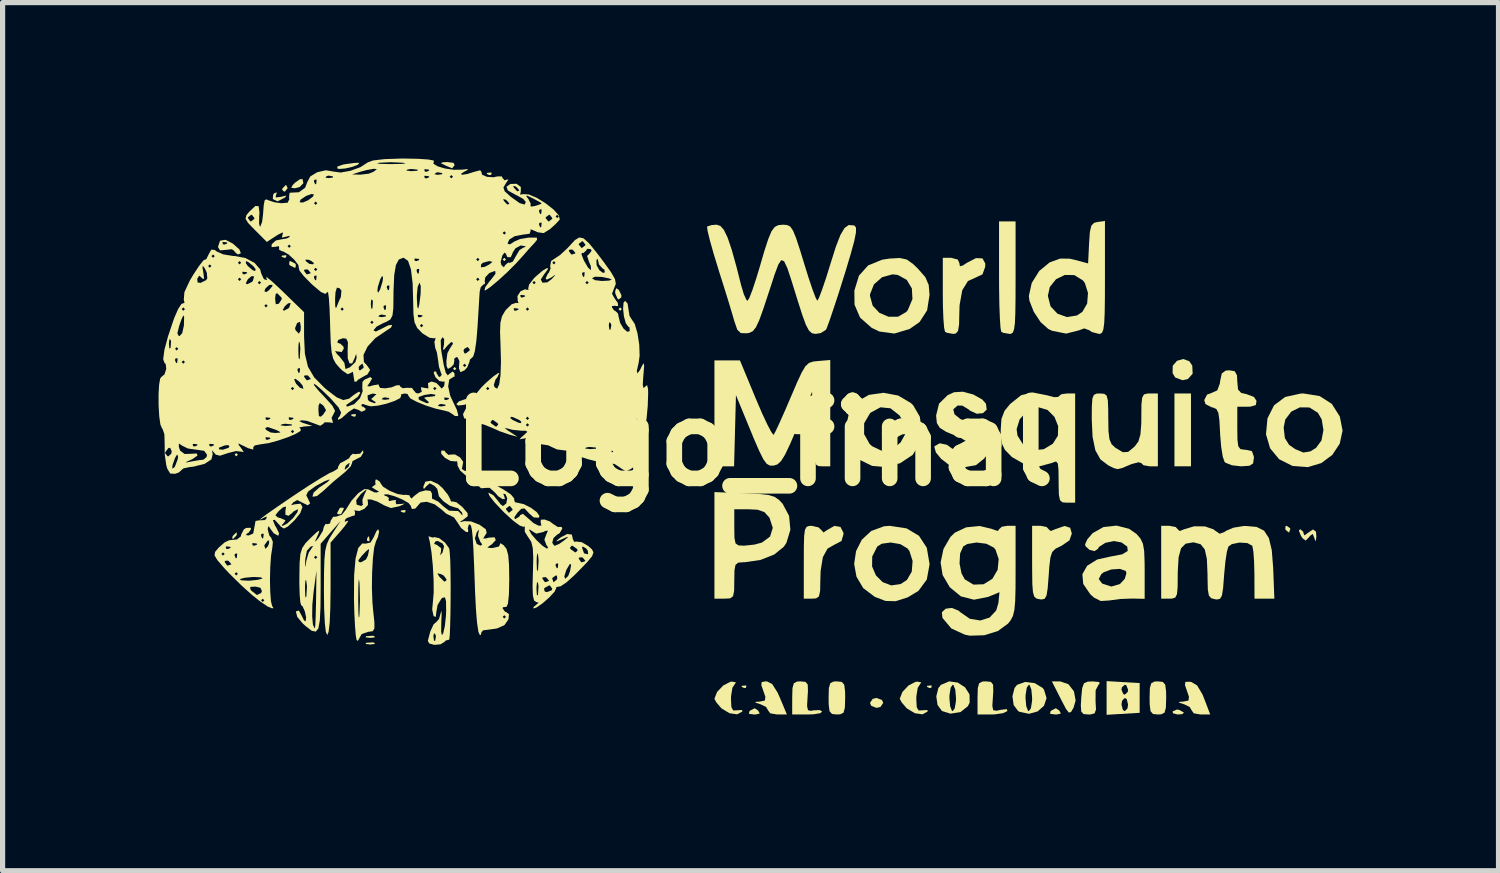
<source format=kicad_pcb>
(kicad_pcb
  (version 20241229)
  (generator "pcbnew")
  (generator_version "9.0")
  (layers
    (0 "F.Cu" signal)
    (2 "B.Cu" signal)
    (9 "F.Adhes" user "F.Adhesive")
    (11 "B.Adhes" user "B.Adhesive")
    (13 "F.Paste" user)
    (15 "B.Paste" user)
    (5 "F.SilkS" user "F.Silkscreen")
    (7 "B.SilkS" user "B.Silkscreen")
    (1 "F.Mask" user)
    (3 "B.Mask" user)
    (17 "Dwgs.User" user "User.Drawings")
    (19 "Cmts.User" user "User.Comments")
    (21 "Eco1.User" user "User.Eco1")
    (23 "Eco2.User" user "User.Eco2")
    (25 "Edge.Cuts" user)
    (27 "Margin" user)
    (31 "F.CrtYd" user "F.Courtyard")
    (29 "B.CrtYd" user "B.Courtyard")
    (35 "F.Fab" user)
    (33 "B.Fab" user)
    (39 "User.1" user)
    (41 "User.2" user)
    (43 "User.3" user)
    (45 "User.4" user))
  (footprint "Logo_final"
    (layer "F.Cu")
    (at 11.457 5.474)
    (property "Reference" "Logo_final" (at 0 0 0) (layer "F.SilkS") (effects (font (size 1.5 1.5) (thickness 0.3))))
    (attr board_only exclude_from_pos_files exclude_from_bom)
    (fp_poly (pts (xy -9.931 0.223) (xy -9.963 0.255) (xy -9.994 0.223) (xy -9.963 0.191)) (stroke (width 0) (type solid)) (fill yes) (layer "F.SilkS"))
    (fp_poly (pts (xy -5.729 -1.432) (xy -5.761 -1.401) (xy -5.793 -1.432) (xy -5.761 -1.464)) (stroke (width 0) (type solid)) (fill yes) (layer "F.SilkS"))
    (fp_poly (pts (xy -4.774 -3.533) (xy -4.806 -3.501) (xy -4.838 -3.533) (xy -4.806 -3.565)) (stroke (width 0) (type solid)) (fill yes) (layer "F.SilkS"))
    (fp_poly (pts (xy -2.546 -2.578) (xy -2.578 -2.546) (xy -2.61 -2.578) (xy -2.578 -2.61)) (stroke (width 0) (type solid)) (fill yes) (layer "F.SilkS"))
    (fp_poly (pts (xy -2.101 0.032) (xy -2.133 0.064) (xy -2.164 0.032) (xy -2.133 0)) (stroke (width 0) (type solid)) (fill yes) (layer "F.SilkS"))
    (fp_poly (pts (xy -8.997 -3.607) (xy -9.006 -3.57) (xy -9.04 -3.565) (xy -9.092 -3.588) (xy -9.082 -3.607) (xy -9.006 -3.615)) (stroke (width 0) (type solid)) (fill yes) (layer "F.SilkS"))
    (fp_poly (pts (xy -7.66 -0.552) (xy -7.669 -0.514) (xy -7.703 -0.509) (xy -7.755 -0.533) (xy -7.745 -0.552) (xy -7.67 -0.559)) (stroke (width 0) (type solid)) (fill yes) (layer "F.SilkS"))
    (fp_poly (pts (xy -7.406 1.804) (xy -7.398 1.879) (xy -7.406 1.889) (xy -7.444 1.88) (xy -7.448 1.846) (xy -7.425 1.794)) (stroke (width 0) (type solid)) (fill yes) (layer "F.SilkS"))
    (fp_poly (pts (xy -7.305 3.714) (xy -7.297 3.737) (xy -7.384 3.746) (xy -7.475 3.736) (xy -7.464 3.714) (xy -7.334 3.705)) (stroke (width 0) (type solid)) (fill yes) (layer "F.SilkS"))
    (fp_poly (pts (xy -7.305 3.841) (xy -7.297 3.864) (xy -7.384 3.873) (xy -7.475 3.863) (xy -7.464 3.841) (xy -7.334 3.833)) (stroke (width 0) (type solid)) (fill yes) (layer "F.SilkS"))
    (fp_poly (pts (xy -6.705 1.294) (xy -6.714 1.332) (xy -6.748 1.337) (xy -6.8 1.314) (xy -6.79 1.294) (xy -6.715 1.287)) (stroke (width 0) (type solid)) (fill yes) (layer "F.SilkS"))
    (fp_poly (pts (xy -5.05 -5.199) (xy -5.059 -5.161) (xy -5.093 -5.156) (xy -5.145 -5.18) (xy -5.135 -5.199) (xy -5.06 -5.206)) (stroke (width 0) (type solid)) (fill yes) (layer "F.SilkS"))
    (fp_poly (pts (xy -0.149 4.668) (xy -0.157 4.706) (xy -0.191 4.711) (xy -0.243 4.687) (xy -0.233 4.668) (xy -0.158 4.661)) (stroke (width 0) (type solid)) (fill yes) (layer "F.SilkS"))
    (fp_poly (pts (xy 3.416 4.668) (xy 3.408 4.706) (xy 3.374 4.711) (xy 3.322 4.687) (xy 3.331 4.668) (xy 3.407 4.661)) (stroke (width 0) (type solid)) (fill yes) (layer "F.SilkS"))
    (fp_poly (pts (xy 8.182 5.134) (xy 8.269 5.184) (xy 8.232 5.214) (xy 8.145 5.22) (xy 8.056 5.197) (xy 8.051 5.159) (xy 8.134 5.124)) (stroke (width 0) (type solid)) (fill yes) (layer "F.SilkS"))
    (fp_poly (pts (xy -9.951 1.76) (xy -9.963 1.782) (xy -10.023 1.843) (xy -10.034 1.846) (xy -10.038 1.805) (xy -10.026 1.782) (xy -9.966 1.722) (xy -9.955 1.719)) (stroke (width 0) (type solid)) (fill yes) (layer "F.SilkS"))
    (fp_poly (pts (xy -8.977 -4.916) (xy -8.976 -4.902) (xy -9.025 -4.841) (xy -9.043 -4.838) (xy -9.081 -4.877) (xy -9.071 -4.902) (xy -9.014 -4.962) (xy -9.004 -4.965)) (stroke (width 0) (type solid)) (fill yes) (layer "F.SilkS"))
    (fp_poly (pts (xy -8.83 -3.455) (xy -8.817 -3.438) (xy -8.82 -3.379) (xy -8.841 -3.374) (xy -8.931 -3.42) (xy -8.944 -3.438) (xy -8.941 -3.496) (xy -8.92 -3.501)) (stroke (width 0) (type solid)) (fill yes) (layer "F.SilkS"))
    (fp_poly (pts (xy -8.685 -5.077) (xy -8.672 -4.998) (xy -8.743 -4.926) (xy -8.834 -4.902) (xy -8.904 -4.911) (xy -8.881 -4.959) (xy -8.832 -5.009) (xy -8.736 -5.077)) (stroke (width 0) (type solid)) (fill yes) (layer "F.SilkS"))
    (fp_poly (pts (xy -7.899 1.244) (xy -7.894 1.266) (xy -7.94 1.356) (xy -7.957 1.369) (xy -8.016 1.366) (xy -8.021 1.344) (xy -7.975 1.254) (xy -7.957 1.241)) (stroke (width 0) (type solid)) (fill yes) (layer "F.SilkS"))
    (fp_poly (pts (xy -2.603 -2.947) (xy -2.553 -2.843) (xy -2.556 -2.803) (xy -2.607 -2.763) (xy -2.627 -2.776) (xy -2.67 -2.875) (xy -2.674 -2.92) (xy -2.653 -2.98)) (stroke (width 0) (type solid)) (fill yes) (layer "F.SilkS"))
    (fp_poly (pts (xy 0.076 5.144) (xy 0.108 5.201) (xy 0.031 5.22) (xy 0 5.22) (xy -0.101 5.207) (xy -0.091 5.159) (xy -0.076 5.144) (xy 0.01 5.1)) (stroke (width 0) (type solid)) (fill yes) (layer "F.SilkS"))
    (fp_poly (pts (xy 2.459 4.942) (xy 2.483 4.997) (xy 2.43 5.075) (xy 2.355 5.093) (xy 2.252 5.053) (xy 2.228 4.997) (xy 2.281 4.919) (xy 2.355 4.902)) (stroke (width 0) (type solid)) (fill yes) (layer "F.SilkS"))
    (fp_poly (pts (xy 5.869 5.144) (xy 5.901 5.201) (xy 5.824 5.22) (xy 5.793 5.22) (xy 5.692 5.207) (xy 5.702 5.159) (xy 5.717 5.144) (xy 5.803 5.1)) (stroke (width 0) (type solid)) (fill yes) (layer "F.SilkS"))
    (fp_poly (pts (xy 8.403 -0.255) (xy 8.403 0.446) (xy 8.244 0.446) (xy 8.085 0.446) (xy 8.085 -0.255) (xy 8.085 -0.955) (xy 8.244 -0.955) (xy 8.403 -0.955)) (stroke (width 0) (type solid)) (fill yes) (layer "F.SilkS"))
    (fp_poly (pts (xy 10.31 1.638) (xy 10.313 1.655) (xy 10.291 1.717) (xy 10.285 1.719) (xy 10.23 1.674) (xy 10.217 1.655) (xy 10.222 1.596) (xy 10.245 1.591)) (stroke (width 0) (type solid)) (fill yes) (layer "F.SilkS"))
    (fp_poly (pts (xy -5.782 -5.391) (xy -5.761 -5.347) (xy -5.807 -5.29) (xy -5.813 -5.288) (xy -5.873 -5.313) (xy -5.952 -5.347) (xy -6.027 -5.386) (xy -5.991 -5.402) (xy -5.901 -5.407)) (stroke (width 0) (type solid)) (fill yes) (layer "F.SilkS"))
    (fp_poly (pts (xy 8.371 -1.575) (xy 8.428 -1.491) (xy 8.435 -1.335) (xy 8.343 -1.232) (xy 8.241 -1.21) (xy 8.1 -1.262) (xy 8.049 -1.348) (xy 8.052 -1.489) (xy 8.135 -1.584) (xy 8.255 -1.618)) (stroke (width 0) (type solid)) (fill yes) (layer "F.SilkS"))
    (fp_poly (pts (xy -7.597 -5.39) (xy -7.623 -5.355) (xy -7.727 -5.315) (xy -7.861 -5.284) (xy -7.977 -5.274) (xy -8.019 -5.283) (xy -8.016 -5.321) (xy -7.907 -5.358) (xy -7.854 -5.368) (xy -7.696 -5.389) (xy -7.604 -5.393)) (stroke (width 0) (type solid)) (fill yes) (layer "F.SilkS"))
    (fp_poly (pts (xy 6.046 4.638) (xy 6.152 4.775) (xy 6.184 4.952) (xy 6.144 5.09) (xy 6.096 5.171) (xy 6.054 5.184) (xy 6 5.115) (xy 5.912 4.948) (xy 5.895 4.914) (xy 5.727 4.583) (xy 5.886 4.583)) (stroke (width 0) (type solid)) (fill yes) (layer "F.SilkS"))
    (fp_poly (pts (xy -9.197 -4.777) (xy -9.205 -4.726) (xy -9.115 -4.735) (xy -9.095 -4.74) (xy -9 -4.761) (xy -9.016 -4.733) (xy -9.04 -4.716) (xy -9.167 -4.652) (xy -9.246 -4.687) (xy -9.26 -4.706) (xy -9.25 -4.787) (xy -9.222 -4.812) (xy -9.178 -4.821)) (stroke (width 0) (type solid)) (fill yes) (layer "F.SilkS"))
    (fp_poly (pts (xy 1.686 4.594) (xy 1.733 4.646) (xy 1.749 4.774) (xy 1.751 4.902) (xy 1.745 5.091) (xy 1.719 5.185) (xy 1.655 5.217) (xy 1.591 5.22) (xy 1.497 5.21) (xy 1.45 5.157) (xy 1.434 5.029) (xy 1.432 4.902) (xy 1.437 4.713) (xy 1.464 4.619) (xy 1.528 4.586) (xy 1.591 4.583)) (stroke (width 0) (type solid)) (fill yes) (layer "F.SilkS"))
    (fp_poly (pts (xy 7.861 4.594) (xy 7.908 4.646) (xy 7.924 4.774) (xy 7.926 4.902) (xy 7.92 5.091) (xy 7.894 5.185) (xy 7.83 5.217) (xy 7.766 5.22) (xy 7.672 5.21) (xy 7.625 5.157) (xy 7.609 5.029) (xy 7.607 4.902) (xy 7.612 4.713) (xy 7.639 4.619) (xy 7.703 4.586) (xy 7.766 4.583)) (stroke (width 0) (type solid)) (fill yes) (layer "F.SilkS"))
    (fp_poly (pts (xy 6.64 4.596) (xy 6.643 4.63) (xy 6.629 4.641) (xy 6.569 4.753) (xy 6.567 4.958) (xy 6.576 5.124) (xy 6.549 5.199) (xy 6.467 5.22) (xy 6.431 5.22) (xy 6.337 5.212) (xy 6.292 5.164) (xy 6.284 5.045) (xy 6.292 4.902) (xy 6.31 4.713) (xy 6.344 4.62) (xy 6.417 4.588) (xy 6.515 4.584)) (stroke (width 0) (type solid)) (fill yes) (layer "F.SilkS"))
    (fp_poly (pts (xy 5.029 -3.183) (xy 5.028 -2.788) (xy 5.024 -2.502) (xy 5.016 -2.309) (xy 5 -2.19) (xy 4.976 -2.127) (xy 4.941 -2.103) (xy 4.912 -2.101) (xy 4.791 -2.122) (xy 4.753 -2.143) (xy 4.739 -2.218) (xy 4.727 -2.398) (xy 4.717 -2.661) (xy 4.712 -2.984) (xy 4.711 -3.225) (xy 4.711 -4.265) (xy 4.87 -4.265) (xy 5.029 -4.265)) (stroke (width 0) (type solid)) (fill yes) (layer "F.SilkS"))
    (fp_poly (pts (xy 10.563 1.705) (xy 10.567 1.732) (xy 10.586 1.776) (xy 10.644 1.732) (xy 10.751 1.66) (xy 10.808 1.704) (xy 10.815 1.798) (xy 10.805 1.887) (xy 10.785 1.855) (xy 10.777 1.826) (xy 10.745 1.747) (xy 10.694 1.783) (xy 10.673 1.811) (xy 10.61 1.874) (xy 10.553 1.834) (xy 10.519 1.784) (xy 10.479 1.684) (xy 10.503 1.655)) (stroke (width 0) (type solid)) (fill yes) (layer "F.SilkS"))
    (fp_poly (pts (xy 0.347 4.635) (xy 0.45 4.797) (xy 0.497 4.902) (xy 0.63 5.22) (xy 0.442 5.22) (xy 0.31 5.198) (xy 0.271 5.146) (xy 0.23 5.076) (xy 0.127 5.025) (xy 0.021 4.991) (xy 0.034 4.977) (xy 0.11 4.972) (xy 0.206 4.952) (xy 0.216 4.881) (xy 0.189 4.802) (xy 0.139 4.658) (xy 0.144 4.597) (xy 0.214 4.584) (xy 0.246 4.583)) (stroke (width 0) (type solid)) (fill yes) (layer "F.SilkS"))
    (fp_poly (pts (xy 0.988 4.593) (xy 1.031 4.644) (xy 1.035 4.77) (xy 1.028 4.879) (xy 1.018 5.057) (xy 1.036 5.138) (xy 1.093 5.15) (xy 1.139 5.14) (xy 1.26 5.135) (xy 1.309 5.162) (xy 1.273 5.195) (xy 1.144 5.216) (xy 1.038 5.22) (xy 0.732 5.22) (xy 0.732 4.902) (xy 0.737 4.713) (xy 0.764 4.619) (xy 0.827 4.586) (xy 0.892 4.583)) (stroke (width 0) (type solid)) (fill yes) (layer "F.SilkS"))
    (fp_poly (pts (xy 4.553 4.593) (xy 4.596 4.644) (xy 4.6 4.77) (xy 4.593 4.879) (xy 4.582 5.057) (xy 4.599 5.137) (xy 4.661 5.148) (xy 4.741 5.131) (xy 4.86 5.116) (xy 4.872 5.154) (xy 4.787 5.195) (xy 4.627 5.218) (xy 4.564 5.22) (xy 4.297 5.22) (xy 4.297 4.902) (xy 4.302 4.713) (xy 4.328 4.619) (xy 4.392 4.586) (xy 4.457 4.583)) (stroke (width 0) (type solid)) (fill yes) (layer "F.SilkS"))
    (fp_poly (pts (xy 8.41 4.595) (xy 8.522 4.662) (xy 8.625 4.836) (xy 8.658 4.918) (xy 8.773 5.22) (xy 8.588 5.22) (xy 8.458 5.198) (xy 8.419 5.146) (xy 8.378 5.076) (xy 8.276 5.025) (xy 8.17 4.991) (xy 8.182 4.977) (xy 8.258 4.972) (xy 8.355 4.952) (xy 8.364 4.881) (xy 8.338 4.802) (xy 8.287 4.654) (xy 8.295 4.593) (xy 8.372 4.59)) (stroke (width 0) (type solid)) (fill yes) (layer "F.SilkS"))
    (fp_poly (pts (xy -0.348 4.603) (xy -0.366 4.626) (xy -0.418 4.706) (xy -0.444 4.867) (xy -0.446 4.914) (xy -0.438 5.077) (xy -0.403 5.142) (xy -0.325 5.14) (xy -0.318 5.138) (xy -0.232 5.134) (xy -0.226 5.162) (xy -0.326 5.217) (xy -0.473 5.196) (xy -0.622 5.107) (xy -0.637 5.093) (xy -0.73 4.984) (xy -0.764 4.916) (xy -0.713 4.786) (xy -0.594 4.662) (xy -0.459 4.592) (xy -0.426 4.588)) (stroke (width 0) (type solid)) (fill yes) (layer "F.SilkS"))
    (fp_poly (pts (xy 3.217 4.603) (xy 3.199 4.626) (xy 3.147 4.706) (xy 3.121 4.867) (xy 3.119 4.914) (xy 3.127 5.077) (xy 3.162 5.142) (xy 3.24 5.14) (xy 3.247 5.138) (xy 3.333 5.134) (xy 3.338 5.162) (xy 3.239 5.217) (xy 3.092 5.196) (xy 2.943 5.107) (xy 2.928 5.093) (xy 2.835 4.984) (xy 2.801 4.916) (xy 2.852 4.786) (xy 2.97 4.662) (xy 3.106 4.592) (xy 3.139 4.588)) (stroke (width 0) (type solid)) (fill yes) (layer "F.SilkS"))
    (fp_poly (pts (xy -10.029 -3.839) (xy -9.903 -3.727) (xy -9.873 -3.652) (xy -9.931 -3.629) (xy -9.992 -3.677) (xy -9.994 -3.693) (xy -10.047 -3.73) (xy -10.154 -3.718) (xy -10.276 -3.708) (xy -10.313 -3.771) (xy -10.313 -3.777) (xy -10.285 -3.862) (xy -10.228 -3.862) (xy -10.219 -3.824) (xy -10.185 -3.82) (xy -10.133 -3.843) (xy -10.143 -3.862) (xy -10.219 -3.87) (xy -10.228 -3.862) (xy -10.285 -3.862) (xy -10.274 -3.894) (xy -10.168 -3.911)) (stroke (width 0) (type solid)) (fill yes) (layer "F.SilkS"))
    (fp_poly (pts (xy 1.238 1.621) (xy 1.292 1.671) (xy 1.334 1.719) (xy 1.405 1.671) (xy 1.544 1.592) (xy 1.66 1.612) (xy 1.717 1.722) (xy 1.719 1.749) (xy 1.68 1.883) (xy 1.555 1.948) (xy 1.412 2.029) (xy 1.322 2.193) (xy 1.279 2.456) (xy 1.273 2.646) (xy 1.269 2.845) (xy 1.247 2.948) (xy 1.192 2.987) (xy 1.114 2.992) (xy 0.955 2.992) (xy 0.955 2.292) (xy 0.956 1.986) (xy 0.962 1.785) (xy 0.977 1.668) (xy 1.008 1.611) (xy 1.057 1.593) (xy 1.109 1.591)) (stroke (width 0) (type solid)) (fill yes) (layer "F.SilkS"))
    (fp_poly (pts (xy 3.917 -3.531) (xy 3.947 -3.466) (xy 3.958 -3.402) (xy 4.015 -3.417) (xy 4.088 -3.466) (xy 4.268 -3.559) (xy 4.392 -3.554) (xy 4.446 -3.455) (xy 4.444 -3.39) (xy 4.392 -3.246) (xy 4.282 -3.195) (xy 4.112 -3.117) (xy 4.003 -2.94) (xy 3.952 -2.655) (xy 3.947 -2.5) (xy 3.942 -2.28) (xy 3.922 -2.158) (xy 3.879 -2.108) (xy 3.83 -2.101) (xy 3.709 -2.122) (xy 3.671 -2.143) (xy 3.654 -2.221) (xy 3.64 -2.397) (xy 3.631 -2.645) (xy 3.629 -2.875) (xy 3.629 -3.565) (xy 3.788 -3.565)) (stroke (width 0) (type solid)) (fill yes) (layer "F.SilkS"))
    (fp_poly (pts (xy 3.916 4.606) (xy 4.056 4.697) (xy 4.143 4.833) (xy 4.146 4.989) (xy 4.112 5.06) (xy 3.969 5.174) (xy 3.777 5.204) (xy 3.613 5.153) (xy 3.528 5.038) (xy 3.508 4.902) (xy 3.756 4.902) (xy 3.77 5.061) (xy 3.805 5.15) (xy 3.82 5.156) (xy 3.859 5.1) (xy 3.882 4.959) (xy 3.883 4.902) (xy 3.869 4.742) (xy 3.834 4.654) (xy 3.82 4.647) (xy 3.78 4.704) (xy 3.758 4.845) (xy 3.756 4.902) (xy 3.508 4.902) (xy 3.504 4.871) (xy 3.544 4.711) (xy 3.593 4.65) (xy 3.752 4.583)) (stroke (width 0) (type solid)) (fill yes) (layer "F.SilkS"))
    (fp_poly (pts (xy 5.626 1.614) (xy 5.666 1.657) (xy 5.705 1.691) (xy 5.789 1.657) (xy 5.969 1.594) (xy 6.079 1.628) (xy 6.111 1.739) (xy 6.065 1.871) (xy 5.914 1.974) (xy 5.904 1.978) (xy 5.799 2.03) (xy 5.734 2.094) (xy 5.699 2.2) (xy 5.677 2.382) (xy 5.666 2.546) (xy 5.647 2.789) (xy 5.625 2.93) (xy 5.589 2.994) (xy 5.53 3.008) (xy 5.491 3.003) (xy 5.428 2.989) (xy 5.387 2.95) (xy 5.363 2.865) (xy 5.351 2.711) (xy 5.348 2.465) (xy 5.347 2.287) (xy 5.347 1.591) (xy 5.507 1.591)) (stroke (width 0) (type solid)) (fill yes) (layer "F.SilkS"))
    (fp_poly (pts (xy 5.397 4.617) (xy 5.549 4.709) (xy 5.576 4.743) (xy 5.625 4.906) (xy 5.575 5.053) (xy 5.453 5.161) (xy 5.287 5.207) (xy 5.106 5.169) (xy 5.077 5.153) (xy 4.992 5.038) (xy 4.973 4.902) (xy 5.22 4.902) (xy 5.234 5.061) (xy 5.269 5.15) (xy 5.284 5.156) (xy 5.324 5.1) (xy 5.346 4.959) (xy 5.347 4.902) (xy 5.333 4.742) (xy 5.298 4.654) (xy 5.284 4.647) (xy 5.244 4.704) (xy 5.222 4.845) (xy 5.22 4.902) (xy 4.973 4.902) (xy 4.968 4.871) (xy 5.009 4.711) (xy 5.057 4.65) (xy 5.212 4.594)) (stroke (width 0) (type solid)) (fill yes) (layer "F.SilkS"))
    (fp_poly (pts (xy 7.098 4.597) (xy 7.416 4.615) (xy 7.416 4.902) (xy 7.416 5.188) (xy 7.098 5.207) (xy 6.78 5.226) (xy 6.78 5.029) (xy 7.066 5.029) (xy 7.093 5.133) (xy 7.13 5.156) (xy 7.182 5.103) (xy 7.193 5.029) (xy 7.167 4.926) (xy 7.13 4.902) (xy 7.078 4.955) (xy 7.066 5.029) (xy 6.78 5.029) (xy 6.78 4.902) (xy 6.78 4.743) (xy 7.066 4.743) (xy 7.101 4.827) (xy 7.13 4.838) (xy 7.186 4.787) (xy 7.193 4.743) (xy 7.159 4.658) (xy 7.13 4.647) (xy 7.073 4.699) (xy 7.066 4.743) (xy 6.78 4.743) (xy 6.78 4.578)) (stroke (width 0) (type solid)) (fill yes) (layer "F.SilkS"))
    (fp_poly (pts (xy 2.769 -0.916) (xy 3.014 -0.772) (xy 3.059 -0.728) (xy 3.186 -0.51) (xy 3.226 -0.247) (xy 3.18 0.014) (xy 3.05 0.226) (xy 2.807 0.387) (xy 2.518 0.459) (xy 2.269 0.438) (xy 2.008 0.311) (xy 1.837 0.092) (xy 1.788 -0.041) (xy 1.776 -0.173) (xy 2.115 -0.173) (xy 2.222 0.017) (xy 2.27 0.06) (xy 2.467 0.154) (xy 2.656 0.121) (xy 2.817 -0.013) (xy 2.915 -0.189) (xy 2.897 -0.369) (xy 2.796 -0.533) (xy 2.623 -0.67) (xy 2.43 -0.689) (xy 2.242 -0.587) (xy 2.228 -0.573) (xy 2.116 -0.382) (xy 2.115 -0.173) (xy 1.776 -0.173) (xy 1.764 -0.309) (xy 1.824 -0.572) (xy 1.955 -0.778) (xy 1.969 -0.792) (xy 2.207 -0.928) (xy 2.487 -0.968)) (stroke (width 0) (type solid)) (fill yes) (layer "F.SilkS"))
    (fp_poly (pts (xy 2.931 1.64) (xy 3.171 1.783) (xy 3.321 2.013) (xy 3.374 2.325) (xy 3.374 2.335) (xy 3.321 2.624) (xy 3.161 2.842) (xy 2.954 2.967) (xy 2.721 3.041) (xy 2.527 3.036) (xy 2.32 2.957) (xy 2.098 2.789) (xy 1.968 2.569) (xy 1.933 2.374) (xy 2.269 2.374) (xy 2.343 2.545) (xy 2.472 2.674) (xy 2.637 2.737) (xy 2.818 2.711) (xy 2.939 2.632) (xy 3.032 2.472) (xy 3.048 2.267) (xy 2.987 2.076) (xy 2.95 2.026) (xy 2.811 1.943) (xy 2.627 1.912) (xy 2.455 1.935) (xy 2.368 1.99) (xy 2.271 2.181) (xy 2.269 2.374) (xy 1.933 2.374) (xy 1.924 2.324) (xy 1.96 2.078) (xy 2.071 1.858) (xy 2.252 1.69) (xy 2.497 1.6) (xy 2.608 1.591)) (stroke (width 0) (type solid)) (fill yes) (layer "F.SilkS"))
    (fp_poly (pts (xy 10.878 -0.905) (xy 11.112 -0.755) (xy 11.266 -0.512) (xy 11.319 -0.241) (xy 11.264 0.012) (xy 11.121 0.227) (xy 10.91 0.384) (xy 10.649 0.462) (xy 10.36 0.44) (xy 10.354 0.438) (xy 10.099 0.31) (xy 9.925 0.099) (xy 9.846 -0.17) (xy 9.858 -0.299) (xy 10.186 -0.299) (xy 10.209 -0.096) (xy 10.291 0.034) (xy 10.408 0.115) (xy 10.565 0.181) (xy 10.697 0.16) (xy 10.808 0.092) (xy 10.913 -0.051) (xy 10.951 -0.251) (xy 10.918 -0.456) (xy 10.844 -0.584) (xy 10.681 -0.686) (xy 10.498 -0.688) (xy 10.332 -0.606) (xy 10.217 -0.454) (xy 10.186 -0.299) (xy 9.858 -0.299) (xy 9.874 -0.474) (xy 9.874 -0.475) (xy 10.001 -0.727) (xy 10.215 -0.888) (xy 10.51 -0.953) (xy 10.567 -0.955)) (stroke (width 0) (type solid)) (fill yes) (layer "F.SilkS"))
    (fp_poly (pts (xy 2.936 -3.532) (xy 3.06 -3.443) (xy 3.15 -3.356) (xy 3.293 -3.193) (xy 3.358 -3.042) (xy 3.374 -2.853) (xy 3.327 -2.554) (xy 3.182 -2.329) (xy 2.991 -2.196) (xy 2.698 -2.108) (xy 2.408 -2.147) (xy 2.26 -2.218) (xy 2.038 -2.414) (xy 1.931 -2.663) (xy 1.929 -2.833) (xy 2.228 -2.833) (xy 2.28 -2.644) (xy 2.41 -2.506) (xy 2.585 -2.431) (xy 2.769 -2.432) (xy 2.926 -2.523) (xy 2.957 -2.561) (xy 3.045 -2.772) (xy 3.034 -2.975) (xy 2.936 -3.14) (xy 2.764 -3.235) (xy 2.664 -3.247) (xy 2.462 -3.192) (xy 2.304 -3.053) (xy 2.23 -2.866) (xy 2.228 -2.833) (xy 1.929 -2.833) (xy 1.928 -2.934) (xy 2.016 -3.221) (xy 2.192 -3.418) (xy 2.461 -3.528) (xy 2.603 -3.55) (xy 2.803 -3.561)) (stroke (width 0) (type solid)) (fill yes) (layer "F.SilkS"))
    (fp_poly (pts (xy -0.185 0.964) (xy 0.093 0.978) (xy 0.275 0.998) (xy 0.393 1.033) (xy 0.478 1.092) (xy 0.547 1.165) (xy 0.672 1.4) (xy 0.697 1.667) (xy 0.62 1.92) (xy 0.57 1.994) (xy 0.386 2.143) (xy 0.122 2.247) (xy -0.179 2.291) (xy -0.207 2.291) (xy -0.307 2.299) (xy -0.359 2.342) (xy -0.379 2.451) (xy -0.382 2.642) (xy -0.385 2.842) (xy -0.406 2.946) (xy -0.462 2.986) (xy -0.57 2.992) (xy -0.573 2.992) (xy -0.764 2.992) (xy -0.764 1.967) (xy -0.764 1.273) (xy -0.382 1.273) (xy -0.382 1.623) (xy -0.379 1.823) (xy -0.358 1.928) (xy -0.302 1.967) (xy -0.195 1.973) (xy -0.195 1.973) (xy 0.004 1.952) (xy 0.15 1.913) (xy 0.306 1.798) (xy 0.358 1.63) (xy 0.296 1.438) (xy 0.29 1.429) (xy 0.197 1.327) (xy 0.064 1.281) (xy -0.097 1.273) (xy -0.382 1.273) (xy -0.764 1.273) (xy -0.764 0.942)) (stroke (width 0) (type solid)) (fill yes) (layer "F.SilkS"))
    (fp_poly (pts (xy 7.766 -0.255) (xy 7.766 0.446) (xy 7.607 0.446) (xy 7.488 0.425) (xy 7.448 0.385) (xy 7.397 0.368) (xy 7.271 0.4) (xy 7.227 0.417) (xy 7.077 0.48) (xy 6.991 0.5) (xy 6.916 0.48) (xy 6.813 0.428) (xy 6.661 0.313) (xy 6.563 0.137) (xy 6.51 -0.121) (xy 6.494 -0.462) (xy 6.496 -0.709) (xy 6.506 -0.856) (xy 6.535 -0.928) (xy 6.59 -0.953) (xy 6.652 -0.955) (xy 6.734 -0.949) (xy 6.781 -0.913) (xy 6.804 -0.82) (xy 6.811 -0.643) (xy 6.812 -0.481) (xy 6.816 -0.231) (xy 6.835 -0.074) (xy 6.876 0.021) (xy 6.948 0.088) (xy 6.953 0.092) (xy 7.093 0.175) (xy 7.194 0.169) (xy 7.312 0.072) (xy 7.321 0.064) (xy 7.392 -0.033) (xy 7.431 -0.169) (xy 7.447 -0.38) (xy 7.448 -0.509) (xy 7.45 -0.742) (xy 7.464 -0.875) (xy 7.499 -0.937) (xy 7.565 -0.954) (xy 7.607 -0.955) (xy 7.766 -0.955)) (stroke (width 0) (type solid)) (fill yes) (layer "F.SilkS"))
    (fp_poly (pts (xy 4.217 -0.935) (xy 4.389 -0.838) (xy 4.459 -0.758) (xy 4.474 -0.645) (xy 4.402 -0.577) (xy 4.283 -0.565) (xy 4.154 -0.623) (xy 4.129 -0.646) (xy 4.005 -0.721) (xy 3.913 -0.723) (xy 3.831 -0.65) (xy 3.853 -0.556) (xy 3.966 -0.464) (xy 4.098 -0.412) (xy 4.341 -0.298) (xy 4.484 -0.131) (xy 4.517 0.071) (xy 4.433 0.287) (xy 4.426 0.296) (xy 4.267 0.424) (xy 4.025 0.467) (xy 3.869 0.458) (xy 3.732 0.406) (xy 3.596 0.301) (xy 3.497 0.18) (xy 3.467 0.076) (xy 3.474 0.056) (xy 3.571 0.003) (xy 3.708 0.032) (xy 3.8 0.099) (xy 3.923 0.167) (xy 4.056 0.172) (xy 4.152 0.12) (xy 4.17 0.065) (xy 4.115 -0.013) (xy 3.979 -0.098) (xy 3.915 -0.126) (xy 3.696 -0.216) (xy 3.571 -0.294) (xy 3.515 -0.386) (xy 3.501 -0.519) (xy 3.501 -0.535) (xy 3.557 -0.76) (xy 3.723 -0.923) (xy 3.845 -0.979) (xy 4.016 -0.989)) (stroke (width 0) (type solid)) (fill yes) (layer "F.SilkS"))
    (fp_poly (pts (xy 9.245 -1.383) (xy 9.288 -1.304) (xy 9.294 -1.182) (xy 9.308 -1.031) (xy 9.37 -0.964) (xy 9.469 -0.943) (xy 9.614 -0.889) (xy 9.664 -0.812) (xy 9.65 -0.732) (xy 9.548 -0.702) (xy 9.49 -0.7) (xy 9.294 -0.7) (xy 9.294 -0.286) (xy 9.297 -0.064) (xy 9.313 0.06) (xy 9.353 0.114) (xy 9.427 0.127) (xy 9.453 0.127) (xy 9.575 0.154) (xy 9.612 0.257) (xy 9.613 0.286) (xy 9.598 0.39) (xy 9.53 0.435) (xy 9.373 0.446) (xy 9.366 0.446) (xy 9.189 0.426) (xy 9.065 0.376) (xy 9.05 0.363) (xy 9.015 0.262) (xy 8.984 0.073) (xy 8.964 -0.166) (xy 8.963 -0.194) (xy 8.95 -0.438) (xy 8.93 -0.582) (xy 8.892 -0.655) (xy 8.829 -0.684) (xy 8.801 -0.689) (xy 8.682 -0.751) (xy 8.658 -0.828) (xy 8.713 -0.934) (xy 8.801 -0.966) (xy 8.909 -1.015) (xy 8.958 -1.144) (xy 8.964 -1.194) (xy 8.995 -1.339) (xy 9.07 -1.395) (xy 9.139 -1.401)) (stroke (width 0) (type solid)) (fill yes) (layer "F.SilkS"))
    (fp_poly (pts (xy 1.464 -0.577) (xy 1.464 0.446) (xy 1.307 0.446) (xy 1.239 0.442) (xy 1.194 0.416) (xy 1.165 0.345) (xy 1.149 0.209) (xy 1.139 -0.015) (xy 1.132 -0.271) (xy 1.114 -0.987) (xy 0.822 -0.286) (xy 0.692 0.017) (xy 0.595 0.221) (xy 0.518 0.345) (xy 0.449 0.409) (xy 0.375 0.433) (xy 0.373 0.433) (xy 0.302 0.432) (xy 0.24 0.397) (xy 0.176 0.309) (xy 0.096 0.148) (xy -0.013 -0.104) (xy -0.067 -0.236) (xy -0.35 -0.923) (xy -0.368 -0.239) (xy -0.386 0.446) (xy -0.575 0.446) (xy -0.764 0.446) (xy -0.764 -0.573) (xy -0.764 -1.591) (xy -0.518 -1.591) (xy -0.273 -1.591) (xy 0.031 -0.857) (xy 0.149 -0.582) (xy 0.252 -0.361) (xy 0.33 -0.213) (xy 0.372 -0.159) (xy 0.375 -0.16) (xy 0.414 -0.231) (xy 0.49 -0.394) (xy 0.593 -0.625) (xy 0.702 -0.879) (xy 0.827 -1.17) (xy 0.917 -1.364) (xy 0.988 -1.481) (xy 1.056 -1.543) (xy 1.135 -1.569) (xy 1.228 -1.579) (xy 1.464 -1.599)) (stroke (width 0) (type solid)) (fill yes) (layer "F.SilkS"))
    (fp_poly (pts (xy 5.629 -0.921) (xy 5.774 -0.884) (xy 5.852 -0.889) (xy 5.857 -0.899) (xy 5.911 -0.941) (xy 6.016 -0.955) (xy 6.175 -0.955) (xy 6.175 0.095) (xy 6.175 1.146) (xy 6.016 1.146) (xy 5.93 1.139) (xy 5.883 1.098) (xy 5.862 0.995) (xy 5.857 0.801) (xy 5.857 0.73) (xy 5.854 0.509) (xy 5.841 0.391) (xy 5.808 0.353) (xy 5.748 0.372) (xy 5.734 0.38) (xy 5.478 0.449) (xy 5.207 0.41) (xy 4.961 0.269) (xy 4.951 0.26) (xy 4.822 0.128) (xy 4.761 -0.003) (xy 4.743 -0.191) (xy 4.743 -0.245) (xy 4.744 -0.269) (xy 5.049 -0.269) (xy 5.066 -0.145) (xy 5.187 0.049) (xy 5.365 0.138) (xy 5.571 0.117) (xy 5.745 0.012) (xy 5.843 -0.143) (xy 5.848 -0.327) (xy 5.777 -0.504) (xy 5.645 -0.637) (xy 5.469 -0.69) (xy 5.429 -0.688) (xy 5.244 -0.612) (xy 5.108 -0.458) (xy 5.049 -0.269) (xy 4.744 -0.269) (xy 4.757 -0.465) (xy 4.816 -0.62) (xy 4.924 -0.753) (xy 5.137 -0.922) (xy 5.362 -0.974)) (stroke (width 0) (type solid)) (fill yes) (layer "F.SilkS"))
    (fp_poly (pts (xy 6.748 -3.187) (xy 6.747 -2.791) (xy 6.743 -2.504) (xy 6.734 -2.31) (xy 6.718 -2.19) (xy 6.694 -2.127) (xy 6.659 -2.103) (xy 6.633 -2.101) (xy 6.496 -2.137) (xy 6.449 -2.17) (xy 6.35 -2.207) (xy 6.25 -2.17) (xy 6.002 -2.107) (xy 5.734 -2.16) (xy 5.658 -2.196) (xy 5.51 -2.328) (xy 5.378 -2.528) (xy 5.296 -2.738) (xy 5.284 -2.829) (xy 5.285 -2.833) (xy 5.65 -2.833) (xy 5.702 -2.63) (xy 5.836 -2.489) (xy 6.016 -2.425) (xy 6.208 -2.455) (xy 6.313 -2.524) (xy 6.406 -2.684) (xy 6.422 -2.889) (xy 6.361 -3.081) (xy 6.324 -3.13) (xy 6.16 -3.232) (xy 5.977 -3.235) (xy 5.807 -3.153) (xy 5.687 -3.003) (xy 5.65 -2.833) (xy 5.285 -2.833) (xy 5.339 -3.079) (xy 5.484 -3.312) (xy 5.683 -3.475) (xy 5.696 -3.481) (xy 5.888 -3.55) (xy 6.069 -3.548) (xy 6.174 -3.524) (xy 6.424 -3.457) (xy 6.443 -3.845) (xy 6.458 -4.062) (xy 6.486 -4.182) (xy 6.538 -4.237) (xy 6.605 -4.254) (xy 6.748 -4.274)) (stroke (width 0) (type solid)) (fill yes) (layer "F.SilkS"))
    (fp_poly (pts (xy 7.212 1.648) (xy 7.356 1.748) (xy 7.432 1.837) (xy 7.479 1.936) (xy 7.503 2.08) (xy 7.511 2.301) (xy 7.512 2.45) (xy 7.512 2.995) (xy 7.273 2.99) (xy 7.048 2.998) (xy 6.836 3.026) (xy 6.831 3.027) (xy 6.667 3.037) (xy 6.535 2.97) (xy 6.465 2.906) (xy 6.33 2.708) (xy 6.322 2.614) (xy 6.629 2.614) (xy 6.685 2.69) (xy 6.705 2.706) (xy 6.872 2.759) (xy 7.037 2.71) (xy 7.13 2.61) (xy 7.161 2.502) (xy 7.149 2.459) (xy 7.035 2.419) (xy 6.873 2.43) (xy 6.726 2.483) (xy 6.678 2.521) (xy 6.629 2.614) (xy 6.322 2.614) (xy 6.314 2.521) (xy 6.406 2.359) (xy 6.599 2.239) (xy 6.863 2.18) (xy 7.081 2.139) (xy 7.187 2.074) (xy 7.177 1.991) (xy 7.07 1.912) (xy 6.923 1.884) (xy 6.758 1.917) (xy 6.635 1.995) (xy 6.61 2.037) (xy 6.547 2.077) (xy 6.449 2.052) (xy 6.375 1.984) (xy 6.366 1.946) (xy 6.409 1.851) (xy 6.512 1.731) (xy 6.513 1.73) (xy 6.721 1.614) (xy 6.97 1.587)) (stroke (width 0) (type solid)) (fill yes) (layer "F.SilkS"))
    (fp_poly (pts (xy -7.214 1.703) (xy -7.237 1.808) (xy -7.274 1.886) (xy -7.309 2.006) (xy -7.334 2.218) (xy -7.349 2.489) (xy -7.353 2.782) (xy -7.343 3.065) (xy -7.328 3.231) (xy -7.305 3.447) (xy -7.305 3.566) (xy -7.336 3.617) (xy -7.405 3.628) (xy -7.423 3.629) (xy -7.55 3.673) (xy -7.588 3.74) (xy -7.622 3.804) (xy -7.647 3.788) (xy -7.663 3.702) (xy -7.678 3.517) (xy -7.691 3.261) (xy -7.698 2.992) (xy -7.616 2.992) (xy -7.614 3.213) (xy -7.608 3.339) (xy -7.6 3.359) (xy -7.592 3.294) (xy -7.583 3.027) (xy -7.589 2.747) (xy -7.592 2.69) (xy -7.602 2.619) (xy -7.61 2.664) (xy -7.615 2.813) (xy -7.616 2.992) (xy -7.698 2.992) (xy -7.698 2.992) (xy -7.695 2.545) (xy -7.671 2.256) (xy -7.616 2.256) (xy -7.598 2.289) (xy -7.561 2.292) (xy -7.467 2.238) (xy -7.43 2.164) (xy -7.409 2.062) (xy -7.412 2.037) (xy -7.462 2.078) (xy -7.544 2.164) (xy -7.616 2.256) (xy -7.671 2.256) (xy -7.668 2.221) (xy -7.615 2.016) (xy -7.537 1.93) (xy -7.477 1.934) (xy -7.38 1.913) (xy -7.32 1.813) (xy -7.267 1.696) (xy -7.233 1.655)) (stroke (width 0) (type solid)) (fill yes) (layer "F.SilkS"))
    (fp_poly (pts (xy 5.029 2.447) (xy 5.028 2.796) (xy 5.021 3.042) (xy 5.006 3.209) (xy 4.979 3.322) (xy 4.936 3.405) (xy 4.884 3.472) (xy 4.688 3.615) (xy 4.426 3.696) (xy 4.149 3.704) (xy 4.054 3.685) (xy 3.794 3.566) (xy 3.623 3.363) (xy 3.622 3.362) (xy 3.611 3.253) (xy 3.685 3.185) (xy 3.804 3.17) (xy 3.931 3.222) (xy 3.961 3.249) (xy 4.149 3.379) (xy 4.349 3.412) (xy 4.529 3.356) (xy 4.657 3.218) (xy 4.699 3.073) (xy 4.719 2.868) (xy 4.502 2.958) (xy 4.229 3.012) (xy 3.977 2.948) (xy 3.764 2.773) (xy 3.625 2.537) (xy 3.59 2.315) (xy 3.951 2.315) (xy 3.989 2.507) (xy 4.052 2.621) (xy 4.219 2.722) (xy 4.413 2.715) (xy 4.583 2.61) (xy 4.684 2.436) (xy 4.704 2.231) (xy 4.643 2.049) (xy 4.611 2.01) (xy 4.468 1.936) (xy 4.278 1.912) (xy 4.101 1.94) (xy 4.023 1.986) (xy 3.962 2.122) (xy 3.951 2.315) (xy 3.59 2.315) (xy 3.587 2.296) (xy 3.642 2.036) (xy 3.775 1.806) (xy 3.861 1.722) (xy 4.079 1.62) (xy 4.337 1.594) (xy 4.573 1.65) (xy 4.588 1.657) (xy 4.689 1.691) (xy 4.711 1.657) (xy 4.765 1.608) (xy 4.87 1.591) (xy 5.029 1.591)) (stroke (width 0) (type solid)) (fill yes) (layer "F.SilkS"))
    (fp_poly (pts (xy 8.109 1.614) (xy 8.148 1.657) (xy 8.187 1.691) (xy 8.272 1.657) (xy 8.463 1.6) (xy 8.672 1.602) (xy 8.839 1.66) (xy 8.868 1.684) (xy 8.955 1.743) (xy 9.047 1.709) (xy 9.08 1.686) (xy 9.219 1.627) (xy 9.414 1.595) (xy 9.459 1.594) (xy 9.665 1.612) (xy 9.809 1.684) (xy 9.902 1.827) (xy 9.957 2.059) (xy 9.984 2.399) (xy 9.985 2.426) (xy 10.007 2.992) (xy 9.816 2.992) (xy 9.625 2.992) (xy 9.623 2.516) (xy 9.617 2.276) (xy 9.603 2.085) (xy 9.584 1.98) (xy 9.581 1.974) (xy 9.487 1.923) (xy 9.336 1.913) (xy 9.191 1.942) (xy 9.123 1.989) (xy 9.094 2.089) (xy 9.065 2.277) (xy 9.042 2.515) (xy 9.04 2.546) (xy 9.021 2.789) (xy 8.999 2.93) (xy 8.963 2.994) (xy 8.904 3.008) (xy 8.865 3.003) (xy 8.79 2.983) (xy 8.747 2.93) (xy 8.727 2.816) (xy 8.722 2.612) (xy 8.721 2.523) (xy 8.709 2.23) (xy 8.668 2.044) (xy 8.587 1.944) (xy 8.458 1.91) (xy 8.435 1.91) (xy 8.299 1.935) (xy 8.212 2.023) (xy 8.165 2.195) (xy 8.149 2.469) (xy 8.148 2.527) (xy 8.146 2.766) (xy 8.134 2.905) (xy 8.101 2.971) (xy 8.04 2.991) (xy 7.989 2.992) (xy 7.83 2.992) (xy 7.83 2.292) (xy 7.83 1.591) (xy 7.989 1.591)) (stroke (width 0) (type solid)) (fill yes) (layer "F.SilkS"))
    (fp_poly (pts (xy 0.637 -4.195) (xy 0.696 -4.164) (xy 0.749 -4.086) (xy 0.808 -3.941) (xy 0.884 -3.71) (xy 0.957 -3.47) (xy 1.045 -3.187) (xy 1.123 -2.955) (xy 1.183 -2.797) (xy 1.215 -2.738) (xy 1.215 -2.738) (xy 1.247 -2.795) (xy 1.306 -2.95) (xy 1.384 -3.179) (xy 1.466 -3.444) (xy 1.572 -3.779) (xy 1.66 -4.005) (xy 1.739 -4.138) (xy 1.819 -4.195) (xy 1.911 -4.189) (xy 1.933 -4.182) (xy 1.96 -4.144) (xy 1.958 -4.05) (xy 1.925 -3.884) (xy 1.856 -3.633) (xy 1.75 -3.279) (xy 1.726 -3.204) (xy 1.622 -2.873) (xy 1.526 -2.582) (xy 1.449 -2.354) (xy 1.396 -2.212) (xy 1.381 -2.18) (xy 1.282 -2.117) (xy 1.182 -2.101) (xy 1.113 -2.113) (xy 1.055 -2.164) (xy 0.996 -2.274) (xy 0.926 -2.465) (xy 0.834 -2.753) (xy 0.721 -3.118) (xy 0.639 -3.366) (xy 0.576 -3.499) (xy 0.521 -3.52) (xy 0.464 -3.433) (xy 0.392 -3.239) (xy 0.296 -2.942) (xy 0.28 -2.895) (xy 0.175 -2.578) (xy 0.097 -2.362) (xy 0.034 -2.228) (xy -0.024 -2.155) (xy -0.088 -2.122) (xy -0.14 -2.113) (xy -0.256 -2.116) (xy -0.324 -2.181) (xy -0.378 -2.336) (xy -0.423 -2.49) (xy -0.496 -2.733) (xy -0.589 -3.031) (xy -0.69 -3.351) (xy -0.691 -3.356) (xy -0.781 -3.65) (xy -0.851 -3.899) (xy -0.895 -4.078) (xy -0.906 -4.164) (xy -0.904 -4.167) (xy -0.82 -4.194) (xy -0.724 -4.202) (xy -0.651 -4.179) (xy -0.582 -4.102) (xy -0.511 -3.955) (xy -0.433 -3.725) (xy -0.341 -3.396) (xy -0.251 -3.04) (xy -0.199 -2.865) (xy -0.149 -2.756) (xy -0.129 -2.737) (xy -0.092 -2.794) (xy -0.032 -2.949) (xy 0.042 -3.174) (xy 0.098 -3.358) (xy 0.196 -3.694) (xy 0.272 -3.927) (xy 0.334 -4.075) (xy 0.395 -4.157) (xy 0.463 -4.193) (xy 0.549 -4.201) (xy 0.561 -4.202)) (stroke (width 0) (type solid)) (fill yes) (layer "F.SilkS"))
    (fp_poly (pts (xy -6.256 1.795) (xy -6.184 1.817) (xy -6.151 1.808) (xy -6.058 1.829) (xy -5.947 1.913) (xy -5.87 2.019) (xy -5.861 2.053) (xy -5.855 2.117) (xy -5.846 2.249) (xy -5.841 2.459) (xy -5.838 2.719) (xy -5.839 2.999) (xy -5.842 3.274) (xy -5.848 3.513) (xy -5.855 3.69) (xy -5.865 3.777) (xy -5.868 3.781) (xy -5.935 3.798) (xy -5.951 3.819) (xy -6.033 3.87) (xy -6.152 3.881) (xy -6.25 3.854) (xy -6.277 3.804) (xy -6.255 3.719) (xy -6.17 3.719) (xy -6.158 3.801) (xy -6.136 3.802) (xy -6.121 3.717) (xy -6.131 3.68) (xy -6.16 3.656) (xy -6.17 3.719) (xy -6.255 3.719) (xy -6.229 3.622) (xy -6.166 3.486) (xy -6.111 3.438) (xy -6.062 3.383) (xy -6.028 3.263) (xy -6.016 3.223) (xy -6.012 3.295) (xy -6.018 3.438) (xy -6.021 3.628) (xy -6.006 3.694) (xy -5.982 3.66) (xy -5.95 3.521) (xy -5.928 3.318) (xy -5.925 3.223) (xy -5.927 3.042) (xy -5.947 2.967) (xy -5.992 2.974) (xy -6.016 2.992) (xy -6.089 3.113) (xy -6.112 3.238) (xy -6.124 3.344) (xy -6.162 3.329) (xy -6.168 3.32) (xy -6.193 3.201) (xy -6.178 3.034) (xy -6.178 3.033) (xy -6.164 2.873) (xy -6.166 2.634) (xy -6.173 2.504) (xy -6.094 2.504) (xy -6.064 2.558) (xy -6.049 2.577) (xy -5.959 2.665) (xy -5.922 2.645) (xy -5.92 2.617) (xy -5.971 2.548) (xy -6.025 2.52) (xy -6.094 2.504) (xy -6.173 2.504) (xy -6.181 2.36) (xy -6.207 2.098) (xy -6.233 1.939) (xy -6.156 1.939) (xy -6.099 1.96) (xy -6.021 2.022) (xy -6.025 2.089) (xy -6.041 2.158) (xy -6.002 2.114) (xy -5.994 2.103) (xy -5.964 1.984) (xy -5.995 1.929) (xy -6.089 1.881) (xy -6.134 1.893) (xy -6.156 1.939) (xy -6.233 1.939) (xy -6.24 1.894) (xy -6.252 1.846) (xy -6.265 1.786)) (stroke (width 0) (type solid)) (fill yes) (layer "F.SilkS"))
    (fp_poly (pts (xy -7.517 0.181) (xy -7.566 0.264) (xy -7.638 0.3) (xy -7.727 0.346) (xy -7.734 0.382) (xy -7.761 0.447) (xy -7.863 0.551) (xy -7.91 0.59) (xy -8.096 0.743) (xy -8.273 0.905) (xy -8.286 0.918) (xy -8.41 1.018) (xy -8.488 1.031) (xy -8.496 1.023) (xy -8.474 0.952) (xy -8.368 0.856) (xy -8.327 0.829) (xy -8.208 0.749) (xy -8.165 0.704) (xy -8.173 0.7) (xy -8.259 0.731) (xy -8.402 0.808) (xy -8.446 0.834) (xy -8.58 0.931) (xy -8.616 1.003) (xy -8.587 1.059) (xy -8.541 1.158) (xy -8.586 1.196) (xy -8.691 1.145) (xy -8.79 1.095) (xy -8.867 1.14) (xy -8.907 1.193) (xy -8.84 1.178) (xy -8.839 1.177) (xy -8.725 1.165) (xy -8.689 1.23) (xy -8.731 1.347) (xy -8.844 1.487) (xy -8.972 1.606) (xy -9.047 1.643) (xy -9.104 1.607) (xy -9.13 1.576) (xy -9.224 1.475) (xy -9.258 1.482) (xy -9.217 1.584) (xy -9.193 1.623) (xy -9.139 1.735) (xy -9.154 1.782) (xy -9.156 1.782) (xy -9.241 1.734) (xy -9.289 1.671) (xy -9.34 1.596) (xy -9.355 1.631) (xy -9.356 1.667) (xy -9.324 1.782) (xy -9.294 1.814) (xy -9.258 1.899) (xy -9.267 2) (xy -9.293 2.164) (xy -9.308 2.384) (xy -9.314 2.627) (xy -9.309 2.857) (xy -9.295 3.039) (xy -9.271 3.138) (xy -9.262 3.146) (xy -9.248 3.173) (xy -9.274 3.178) (xy -9.36 3.142) (xy -9.505 3.043) (xy -9.53 3.024) (xy -9.485 3.024) (xy -9.453 3.056) (xy -9.422 3.024) (xy -9.453 2.992) (xy -9.485 3.024) (xy -9.53 3.024) (xy -9.656 2.923) (xy -9.831 2.766) (xy -9.694 2.766) (xy -9.69 2.814) (xy -9.671 2.839) (xy -9.564 2.922) (xy -9.485 2.884) (xy -9.468 2.849) (xy -9.496 2.783) (xy -9.591 2.76) (xy -9.694 2.766) (xy -9.831 2.766) (xy -9.87 2.73) (xy -9.984 2.618) (xy -9.896 2.618) (xy -9.865 2.639) (xy -9.744 2.646) (xy -9.712 2.646) (xy -9.554 2.631) (xy -9.461 2.606) (xy -9.457 2.603) (xy -9.488 2.582) (xy -9.61 2.575) (xy -9.641 2.575) (xy -9.799 2.59) (xy -9.892 2.615) (xy -9.896 2.618) (xy -9.984 2.618) (xy -10.086 2.518) (xy -10.089 2.515) (xy -9.994 2.515) (xy -9.963 2.546) (xy -9.931 2.515) (xy -9.963 2.483) (xy -9.994 2.515) (xy -10.089 2.515) (xy -10.194 2.403) (xy -10.293 2.288) (xy -10.185 2.288) (xy -10.139 2.353) (xy -10.122 2.355) (xy -10.06 2.334) (xy -10.058 2.327) (xy -10.103 2.273) (xy -10.122 2.26) (xy -10.18 2.265) (xy -10.185 2.288) (xy -10.293 2.288) (xy -10.325 2.252) (xy -10.38 2.16) (xy -10.376 2.133) (xy -10.249 2.133) (xy -10.217 2.164) (xy -9.994 2.164) (xy -9.971 2.217) (xy -9.952 2.207) (xy -9.944 2.131) (xy -9.952 2.122) (xy -9.99 2.131) (xy -9.994 2.164) (xy -10.217 2.164) (xy -10.185 2.133) (xy -10.217 2.101) (xy -10.249 2.133) (xy -10.376 2.133) (xy -10.37 2.093) (xy -10.304 2.014) (xy -10.301 2.011) (xy -10.283 1.995) (xy -10.164 1.995) (xy -10.156 2.032) (xy -10.122 2.037) (xy -10.069 2.014) (xy -10.079 1.995) (xy -10.155 1.987) (xy -10.164 1.995) (xy -10.283 1.995) (xy -10.263 1.977) (xy -9.422 1.977) (xy -9.401 2.035) (xy -9.354 1.985) (xy -9.334 1.938) (xy -9.329 1.873) (xy -9.359 1.878) (xy -9.419 1.96) (xy -9.422 1.977) (xy -10.263 1.977) (xy -10.21 1.931) (xy -9.655 1.931) (xy -9.646 1.969) (xy -9.613 1.973) (xy -9.56 1.95) (xy -9.57 1.931) (xy -9.646 1.923) (xy -9.655 1.931) (xy -10.21 1.931) (xy -10.186 1.91) (xy -10.102 1.869) (xy -9.966 1.855) (xy -9.947 1.853) (xy -9.875 1.795) (xy -9.872 1.782) (xy -9.485 1.782) (xy -9.462 1.835) (xy -9.443 1.825) (xy -9.435 1.749) (xy -9.443 1.74) (xy -9.481 1.749) (xy -9.485 1.782) (xy -9.872 1.782) (xy -9.867 1.757) (xy -9.816 1.659) (xy -9.772 1.632) (xy -9.69 1.628) (xy -9.676 1.652) (xy -9.726 1.724) (xy -9.756 1.74) (xy -9.778 1.768) (xy -9.724 1.777) (xy -9.636 1.739) (xy -9.613 1.616) (xy -9.592 1.498) (xy -9.522 1.485) (xy -9.519 1.486) (xy -9.413 1.48) (xy -9.382 1.452) (xy -9.378 1.411) (xy -9.428 1.433) (xy -9.508 1.475) (xy -9.49 1.452) (xy -9.403 1.387) (xy -9.209 1.387) (xy -9.163 1.429) (xy -9.106 1.445) (xy -9.016 1.484) (xy -9.043 1.531) (xy -9.05 1.536) (xy -9.09 1.582) (xy -9.067 1.591) (xy -8.982 1.547) (xy -8.868 1.441) (xy -8.861 1.432) (xy -8.784 1.326) (xy -8.775 1.274) (xy -8.782 1.273) (xy -8.867 1.319) (xy -8.88 1.337) (xy -8.956 1.398) (xy -9.017 1.378) (xy -9.017 1.305) (xy -9.004 1.22) (xy -9.062 1.234) (xy -9.148 1.309) (xy -9.209 1.387) (xy -9.403 1.387) (xy -9.382 1.371) (xy -9.192 1.238) (xy -8.929 1.058) (xy -8.819 0.984) (xy -8.564 0.816) (xy -8.34 0.676) (xy -8.173 0.579) (xy -8.088 0.541) (xy -8.031 0.505) (xy -7.878 0.505) (xy -7.869 0.509) (xy -7.811 0.464) (xy -7.798 0.446) (xy -7.782 0.386) (xy -7.791 0.382) (xy -7.849 0.427) (xy -7.862 0.446) (xy -7.878 0.505) (xy -8.031 0.505) (xy -8.009 0.492) (xy -8.004 0.457) (xy -7.964 0.386) (xy -7.892 0.35) (xy -7.79 0.29) (xy -7.766 0.244) (xy -7.72 0.204) (xy -7.675 0.212) (xy -7.578 0.203) (xy -7.553 0.171) (xy -7.524 0.137)) (stroke (width 0) (type solid)) (fill yes) (layer "F.SilkS"))
    (fp_poly (pts (xy -5.956 0.145) (xy -5.938 0.175) (xy -5.88 0.228) (xy -5.854 0.221) (xy -5.758 0.217) (xy -5.657 0.275) (xy -5.597 0.36) (xy -5.607 0.42) (xy -5.623 0.497) (xy -5.568 0.533) (xy -5.501 0.538) (xy -5.507 0.509) (xy -5.503 0.45) (xy -5.482 0.446) (xy -5.393 0.492) (xy -5.366 0.525) (xy -5.303 0.597) (xy -5.187 0.682) (xy -4.995 0.796) (xy -4.82 0.893) (xy -4.682 0.985) (xy -4.616 1.063) (xy -4.617 1.085) (xy -4.601 1.137) (xy -4.557 1.146) (xy -4.431 1.174) (xy -4.295 1.243) (xy -4.182 1.327) (xy -4.129 1.402) (xy -4.143 1.435) (xy -4.241 1.429) (xy -4.331 1.349) (xy -4.416 1.257) (xy -4.478 1.262) (xy -4.554 1.339) (xy -4.614 1.429) (xy -4.599 1.464) (xy -4.517 1.414) (xy -4.502 1.385) (xy -4.449 1.36) (xy -4.346 1.448) (xy -4.243 1.539) (xy -4.147 1.588) (xy -4.092 1.586) (xy -4.106 1.528) (xy -4.105 1.474) (xy -4.032 1.469) (xy -3.929 1.507) (xy -3.864 1.557) (xy -3.773 1.615) (xy -3.732 1.61) (xy -3.696 1.619) (xy -3.692 1.647) (xy -3.743 1.734) (xy -3.788 1.759) (xy -3.86 1.826) (xy -3.884 1.916) (xy -3.847 1.971) (xy -3.832 1.973) (xy -3.747 1.937) (xy -3.657 1.874) (xy -3.578 1.808) (xy -3.6 1.806) (xy -3.692 1.846) (xy -3.799 1.891) (xy -3.798 1.876) (xy -3.727 1.817) (xy -3.597 1.748) (xy -3.507 1.759) (xy -3.488 1.845) (xy -3.488 1.846) (xy -3.461 1.899) (xy -3.422 1.893) (xy -3.316 1.906) (xy -3.192 1.979) (xy -3.12 2.043) (xy -3.091 2.101) (xy -3.117 2.175) (xy -3.209 2.287) (xy -3.376 2.459) (xy -3.464 2.547) (xy -3.609 2.678) (xy -3.723 2.754) (xy -3.768 2.762) (xy -3.808 2.769) (xy -3.805 2.786) (xy -3.839 2.857) (xy -3.939 2.966) (xy -4.067 3.079) (xy -4.185 3.161) (xy -4.243 3.182) (xy -4.246 3.155) (xy -4.202 3.119) (xy -4.145 3.069) (xy -4.192 3.057) (xy -4.234 3.028) (xy -4.256 2.932) (xy -4.261 2.801) (xy -4.187 2.801) (xy -4.18 2.917) (xy -4.164 2.93) (xy -4.158 2.912) (xy -4.151 2.801) (xy -4.042 2.801) (xy -4.028 2.856) (xy -3.982 2.865) (xy -3.895 2.831) (xy -3.883 2.801) (xy -3.929 2.739) (xy -3.943 2.737) (xy -4.029 2.784) (xy -4.042 2.801) (xy -4.151 2.801) (xy -4.148 2.751) (xy -4.158 2.69) (xy -4.176 2.67) (xy -4.186 2.758) (xy -4.187 2.801) (xy -4.261 2.801) (xy -4.262 2.746) (xy -4.259 2.606) (xy -4.074 2.606) (xy -4.028 2.671) (xy -4.011 2.674) (xy -3.949 2.652) (xy -3.947 2.646) (xy -3.976 2.61) (xy -3.883 2.61) (xy -3.861 2.672) (xy -3.855 2.674) (xy -3.801 2.629) (xy -3.788 2.61) (xy -3.792 2.565) (xy -3.652 2.565) (xy -3.635 2.61) (xy -3.578 2.557) (xy -3.543 2.47) (xy -3.52 2.338) (xy -3.544 2.323) (xy -3.606 2.427) (xy -3.617 2.451) (xy -3.652 2.565) (xy -3.792 2.565) (xy -3.793 2.551) (xy -3.816 2.546) (xy -3.881 2.593) (xy -3.883 2.61) (xy -3.976 2.61) (xy -3.991 2.591) (xy -4.011 2.578) (xy -4.069 2.583) (xy -4.074 2.606) (xy -4.259 2.606) (xy -4.256 2.493) (xy -4.251 2.292) (xy -4.184 2.292) (xy -4.179 2.429) (xy -4.167 2.467) (xy -4.157 2.435) (xy -4.152 2.355) (xy -3.82 2.355) (xy -3.796 2.408) (xy -3.777 2.398) (xy -3.769 2.322) (xy -3.777 2.313) (xy -3.815 2.322) (xy -3.82 2.355) (xy -4.152 2.355) (xy -4.146 2.249) (xy -4.149 2.224) (xy -3.374 2.224) (xy -3.328 2.289) (xy -3.31 2.292) (xy -3.248 2.27) (xy -3.247 2.264) (xy -3.291 2.209) (xy -3.31 2.196) (xy -3.369 2.201) (xy -3.374 2.224) (xy -4.149 2.224) (xy -4.157 2.148) (xy -4.172 2.118) (xy -4.182 2.198) (xy -4.184 2.292) (xy -4.251 2.292) (xy -4.249 2.208) (xy -4.258 2.02) (xy -4.287 1.901) (xy -4.339 1.82) (xy -4.343 1.816) (xy -4.412 1.706) (xy -4.412 1.672) (xy -4.329 1.672) (xy -4.286 1.751) (xy -4.187 1.866) (xy -4.073 1.974) (xy -3.987 2.029) (xy -3.982 2.03) (xy -3.971 2.013) (xy -3.543 2.013) (xy -3.533 2.037) (xy -3.449 2.098) (xy -3.43 2.101) (xy -3.396 2.062) (xy -3.406 2.037) (xy -3.438 2.014) (xy -3.31 2.014) (xy -3.274 2.115) (xy -3.268 2.122) (xy -3.2 2.137) (xy -3.193 2.132) (xy -3.201 2.066) (xy -3.235 2.023) (xy -3.299 1.987) (xy -3.31 2.014) (xy -3.438 2.014) (xy -3.49 1.976) (xy -3.509 1.973) (xy -3.543 2.013) (xy -3.971 2.013) (xy -3.965 2.002) (xy -3.995 1.964) (xy -4.035 1.857) (xy -4.003 1.768) (xy -3.967 1.683) (xy -4.016 1.689) (xy -4.06 1.711) (xy -4.191 1.741) (xy -4.255 1.703) (xy -4.318 1.661) (xy -4.329 1.672) (xy -4.412 1.672) (xy -4.413 1.636) (xy -4.412 1.6) (xy -4.435 1.611) (xy -4.507 1.587) (xy -4.638 1.49) (xy -4.805 1.338) (xy -4.841 1.302) (xy -4.868 1.273) (xy -4.774 1.273) (xy -4.726 1.335) (xy -4.711 1.337) (xy -4.649 1.288) (xy -4.647 1.273) (xy -4.696 1.211) (xy -4.711 1.21) (xy -4.773 1.258) (xy -4.774 1.273) (xy -4.868 1.273) (xy -4.993 1.14) (xy -5.089 1.018) (xy -5.114 0.958) (xy -5.107 0.955) (xy -5.016 1.003) (xy -4.951 1.082) (xy -4.873 1.181) (xy -4.83 1.21) (xy -4.768 1.16) (xy -4.749 1.059) (xy -4.786 0.979) (xy -4.787 0.979) (xy -4.828 0.974) (xy -4.812 1.009) (xy -4.793 1.076) (xy -4.84 1.077) (xy -4.921 1.024) (xy -4.989 0.948) (xy -5.087 0.86) (xy -5.158 0.861) (xy -5.25 0.869) (xy -5.275 0.849) (xy -5.35 0.777) (xy -5.407 0.732) (xy -5.22 0.732) (xy -5.188 0.764) (xy -5.156 0.732) (xy -5.188 0.7) (xy -5.22 0.732) (xy -5.407 0.732) (xy -5.486 0.671) (xy -5.526 0.642) (xy -5.655 0.528) (xy -5.707 0.429) (xy -5.705 0.41) (xy -5.714 0.349) (xy -5.748 0.352) (xy -5.845 0.342) (xy -5.951 0.281) (xy -6.021 0.202) (xy -6.018 0.144)) (stroke (width 0) (type solid)) (fill yes) (layer "F.SilkS"))
    (fp_poly (pts (xy -7.196 0.745) (xy -7.193 0.762) (xy -7.14 0.837) (xy -7.012 0.917) (xy -6.86 0.979) (xy -6.734 0.998) (xy -6.71 0.993) (xy -6.631 1.003) (xy -6.619 1.036) (xy -6.59 1.066) (xy -6.539 1.016) (xy -6.44 0.941) (xy -6.32 0.908) (xy -6.225 0.919) (xy -6.195 0.977) (xy -6.199 0.99) (xy -6.195 1.07) (xy -6.164 1.082) (xy -6.075 1.126) (xy -5.979 1.215) (xy -5.87 1.299) (xy -5.789 1.303) (xy -5.695 1.306) (xy -5.654 1.345) (xy -5.609 1.397) (xy -5.618 1.338) (xy -5.619 1.337) (xy -5.696 1.252) (xy -5.745 1.24) (xy -5.855 1.204) (xy -5.975 1.12) (xy -6.063 1.024) (xy -6.079 0.954) (xy -6.096 0.88) (xy -6.149 0.823) (xy -6.239 0.773) (xy -6.303 0.827) (xy -6.306 0.832) (xy -6.354 0.884) (xy -6.365 0.841) (xy -6.324 0.741) (xy -6.22 0.724) (xy -6.082 0.787) (xy -5.994 0.865) (xy -5.89 0.994) (xy -5.842 1.088) (xy -5.842 1.102) (xy -5.821 1.129) (xy -5.804 1.121) (xy -5.727 1.138) (xy -5.615 1.227) (xy -5.606 1.237) (xy -5.514 1.344) (xy -5.508 1.405) (xy -5.581 1.463) (xy -5.662 1.518) (xy -5.635 1.517) (xy -5.58 1.501) (xy -5.447 1.506) (xy -5.285 1.569) (xy -5.28 1.572) (xy -5.162 1.657) (xy -5.145 1.727) (xy -5.174 1.772) (xy -5.213 1.835) (xy -5.155 1.833) (xy -5.108 1.819) (xy -4.993 1.811) (xy -4.97 1.865) (xy -5.047 1.948) (xy -5.074 1.964) (xy -5.132 2.007) (xy -5.08 2.018) (xy -5.017 2.015) (xy -4.908 1.988) (xy -4.888 1.942) (xy -4.879 1.924) (xy -4.818 1.965) (xy -4.764 2.034) (xy -4.731 2.153) (xy -4.715 2.346) (xy -4.711 2.622) (xy -4.717 2.91) (xy -4.736 3.09) (xy -4.767 3.153) (xy -4.774 3.151) (xy -4.833 3.156) (xy -4.838 3.179) (xy -4.792 3.244) (xy -4.774 3.247) (xy -4.716 3.29) (xy -4.726 3.389) (xy -4.798 3.494) (xy -4.81 3.504) (xy -4.945 3.565) (xy -5.093 3.586) (xy -5.213 3.601) (xy -5.246 3.638) (xy -5.245 3.639) (xy -5.259 3.69) (xy -5.277 3.692) (xy -5.304 3.631) (xy -5.33 3.458) (xy -5.34 3.342) (xy -4.838 3.342) (xy -4.806 3.374) (xy -4.774 3.342) (xy -4.806 3.31) (xy -4.838 3.342) (xy -5.34 3.342) (xy -5.352 3.187) (xy -5.37 2.835) (xy -5.371 2.785) (xy -5.387 2.352) (xy -5.401 2.031) (xy -5.413 1.834) (xy -5.372 1.834) (xy -5.336 1.939) (xy -5.264 1.973) (xy -5.229 1.949) (xy -5.266 1.902) (xy -5.312 1.785) (xy -5.305 1.727) (xy -5.29 1.661) (xy -5.332 1.709) (xy -5.335 1.713) (xy -5.372 1.834) (xy -5.413 1.834) (xy -5.415 1.806) (xy -5.43 1.664) (xy -5.447 1.588) (xy -5.47 1.563) (xy -5.489 1.569) (xy -5.51 1.641) (xy -5.499 1.668) (xy -5.505 1.713) (xy -5.545 1.707) (xy -5.639 1.631) (xy -5.697 1.54) (xy -5.771 1.432) (xy -5.83 1.401) (xy -5.923 1.357) (xy -6.01 1.28) (xy -6.146 1.177) (xy -6.296 1.128) (xy -6.416 1.143) (xy -6.456 1.187) (xy -6.516 1.258) (xy -6.584 1.268) (xy -6.605 1.209) (xy -6.605 1.206) (xy -6.649 1.151) (xy -6.769 1.083) (xy -6.919 1.021) (xy -7.053 0.984) (xy -7.122 0.99) (xy -7.101 1.016) (xy -7.073 1.019) (xy -7.025 1.056) (xy -7.034 1.081) (xy -7.023 1.117) (xy -6.964 1.102) (xy -6.889 1.093) (xy -6.897 1.129) (xy -6.885 1.175) (xy -6.796 1.171) (xy -6.722 1.163) (xy -6.765 1.188) (xy -6.826 1.214) (xy -6.986 1.249) (xy -7.125 1.194) (xy -7.142 1.182) (xy -7.255 1.122) (xy -7.366 1.085) (xy -7.438 1.082) (xy -7.433 1.119) (xy -7.43 1.122) (xy -7.429 1.19) (xy -7.5 1.265) (xy -7.596 1.307) (xy -7.648 1.299) (xy -7.693 1.291) (xy -7.677 1.327) (xy -7.683 1.391) (xy -7.727 1.401) (xy -7.841 1.444) (xy -7.868 1.474) (xy -7.876 1.517) (xy -7.824 1.493) (xy -7.809 1.504) (xy -7.868 1.588) (xy -7.941 1.677) (xy -8.148 1.914) (xy -8.148 2.803) (xy -8.153 3.174) (xy -8.165 3.454) (xy -8.186 3.631) (xy -8.212 3.692) (xy -8.239 3.631) (xy -8.259 3.455) (xy -8.272 3.177) (xy -8.276 2.842) (xy -8.274 2.493) (xy -8.267 2.246) (xy -8.251 2.072) (xy -8.221 1.946) (xy -8.175 1.842) (xy -8.115 1.744) (xy -7.954 1.496) (xy -8.147 1.716) (xy -8.339 1.937) (xy -8.339 2.783) (xy -8.342 3.155) (xy -8.355 3.411) (xy -8.383 3.565) (xy -8.433 3.626) (xy -8.511 3.609) (xy -8.623 3.524) (xy -8.684 3.469) (xy -8.789 3.343) (xy -8.814 3.245) (xy -8.81 3.235) (xy -8.758 3.221) (xy -8.709 3.309) (xy -8.659 3.41) (xy -8.627 3.428) (xy -8.618 3.352) (xy -8.622 3.333) (xy -8.502 3.333) (xy -8.487 3.494) (xy -8.454 3.564) (xy -8.45 3.565) (xy -8.442 3.506) (xy -8.435 3.349) (xy -8.429 3.122) (xy -8.427 3.008) (xy -8.419 2.451) (xy -8.475 2.865) (xy -8.499 3.113) (xy -8.502 3.333) (xy -8.622 3.333) (xy -8.644 3.234) (xy -8.687 3.138) (xy -8.713 3.119) (xy -8.73 3.061) (xy -8.743 2.904) (xy -8.746 2.801) (xy -8.64 2.801) (xy -8.635 2.939) (xy -8.623 2.976) (xy -8.613 2.944) (xy -8.602 2.759) (xy -8.613 2.658) (xy -8.628 2.628) (xy -8.638 2.708) (xy -8.64 2.801) (xy -8.746 2.801) (xy -8.749 2.678) (xy -8.748 2.575) (xy -8.745 2.366) (xy -8.639 2.366) (xy -8.633 2.377) (xy -8.615 2.269) (xy -8.613 2.26) (xy -8.595 2.196) (xy -8.467 2.196) (xy -8.435 2.228) (xy -8.403 2.196) (xy -8.435 2.164) (xy -8.467 2.196) (xy -8.595 2.196) (xy -8.568 2.107) (xy -8.509 2.017) (xy -8.479 1.981) (xy -8.53 1.989) (xy -8.604 2.071) (xy -8.635 2.233) (xy -8.639 2.366) (xy -8.745 2.366) (xy -8.744 2.308) (xy -8.729 2.134) (xy -8.693 2.017) (xy -8.628 1.922) (xy -8.535 1.827) (xy -8.412 1.711) (xy -8.364 1.68) (xy -8.376 1.731) (xy -8.399 1.782) (xy -8.446 1.888) (xy -8.432 1.888) (xy -8.375 1.818) (xy -8.297 1.689) (xy -8.276 1.607) (xy -8.241 1.551) (xy -8.212 1.56) (xy -8.158 1.545) (xy -8.148 1.497) (xy -8.1 1.418) (xy -8.04 1.414) (xy -7.931 1.377) (xy -7.858 1.287) (xy -7.744 1.105) (xy -7.736 1.097) (xy -7.655 1.097) (xy -7.647 1.182) (xy -7.561 1.21) (xy -7.521 1.184) (xy -7.531 1.169) (xy -7.536 1.089) (xy -7.5 0.994) (xy -7.456 0.903) (xy -7.477 0.904) (xy -7.565 0.979) (xy -7.655 1.097) (xy -7.736 1.097) (xy -7.615 0.963) (xy -7.498 0.885) (xy -7.423 0.89) (xy -7.306 0.947) (xy -7.26 0.95) (xy -7.215 0.934) (xy -7.289 0.891) (xy -7.356 0.848) (xy -7.333 0.832) (xy -7.28 0.792) (xy -7.289 0.764) (xy -7.284 0.705) (xy -7.261 0.7)) (stroke (width 0) (type solid)) (fill yes) (layer "F.SilkS"))
    (fp_poly (pts (xy -3.282 -3.939) (xy -3.177 -3.845) (xy -3.031 -3.666) (xy -2.897 -3.489) (xy -2.752 -3.287) (xy -2.677 -3.155) (xy -2.661 -3.064) (xy -2.69 -2.99) (xy -2.734 -2.873) (xy -2.688 -2.79) (xy -2.623 -2.698) (xy -2.616 -2.635) (xy -2.672 -2.641) (xy -2.674 -2.642) (xy -2.732 -2.637) (xy -2.737 -2.614) (xy -2.691 -2.549) (xy -2.674 -2.546) (xy -2.619 -2.494) (xy -2.608 -2.435) (xy -2.578 -2.313) (xy -2.512 -2.203) (xy -2.439 -2.141) (xy -2.393 -2.155) (xy -2.399 -2.227) (xy -2.42 -2.239) (xy -2.469 -2.306) (xy -2.505 -2.438) (xy -2.521 -2.586) (xy -2.512 -2.702) (xy -2.482 -2.737) (xy -2.434 -2.683) (xy -2.419 -2.582) (xy -2.398 -2.449) (xy -2.362 -2.391) (xy -2.297 -2.293) (xy -2.244 -2.112) (xy -2.21 -1.893) (xy -2.203 -1.681) (xy -2.222 -1.544) (xy -2.257 -1.39) (xy -2.246 -1.341) (xy -2.196 -1.406) (xy -2.161 -1.48) (xy -2.127 -1.538) (xy -2.116 -1.492) (xy -2.128 -1.332) (xy -2.131 -1.305) (xy -2.143 -1.122) (xy -2.128 -1.058) (xy -2.101 -1.082) (xy -2.06 -1.117) (xy -2.041 -1.044) (xy -2.039 -0.955) (xy -2.047 -0.713) (xy -2.069 -0.476) (xy -2.101 -0.275) (xy -2.137 -0.14) (xy -2.173 -0.101) (xy -2.173 -0.101) (xy -2.203 -0.063) (xy -2.223 0.071) (xy -2.228 0.215) (xy -2.239 0.416) (xy -2.266 0.56) (xy -2.291 0.604) (xy -2.326 0.593) (xy -2.311 0.528) (xy -2.291 0.451) (xy -2.342 0.475) (xy -2.369 0.496) (xy -2.465 0.543) (xy -2.559 0.487) (xy -2.57 0.477) (xy -2.684 0.402) (xy -2.752 0.392) (xy -2.858 0.387) (xy -3.021 0.355) (xy -3.202 0.308) (xy -3.314 0.271) (xy -3.042 0.271) (xy -2.989 0.305) (xy -2.96 0.318) (xy -2.84 0.368) (xy -2.808 0.366) (xy -2.833 0.318) (xy -2.923 0.265) (xy -2.98 0.259) (xy -3.042 0.271) (xy -3.314 0.271) (xy -3.36 0.256) (xy -3.456 0.21) (xy -3.468 0.189) (xy -3.489 0.172) (xy -2.889 0.172) (xy -2.801 0.181) (xy -2.711 0.171) (xy -2.721 0.149) (xy -2.852 0.14) (xy -2.881 0.149) (xy -2.889 0.172) (xy -3.489 0.172) (xy -3.504 0.159) (xy -3.628 0.141) (xy -3.64 0.141) (xy -3.791 0.122) (xy -3.832 0.103) (xy -3.255 0.103) (xy -3.171 0.114) (xy -3.151 0.115) (xy -3.042 0.108) (xy -3.033 0.088) (xy -3.039 0.086) (xy -3.165 0.073) (xy -3.229 0.083) (xy -3.255 0.103) (xy -3.832 0.103) (xy -3.877 0.083) (xy -3.877 0.083) (xy -3.962 0.042) (xy -4.103 0.021) (xy -2.907 0.021) (xy -2.898 0.059) (xy -2.865 0.064) (xy -2.812 0.04) (xy -2.822 0.021) (xy -2.898 0.014) (xy -2.907 0.021) (xy -4.103 0.021) (xy -4.104 0.021) (xy -4.245 -0.005) (xy -4.315 -0.054) (xy -4.384 -0.094) (xy -4.444 -0.087) (xy -4.512 -0.072) (xy -4.48 -0.111) (xy -4.437 -0.147) (xy -4.362 -0.218) (xy -4.398 -0.238) (xy -4.469 -0.238) (xy -4.648 -0.256) (xy -4.743 -0.281) (xy -4.8 -0.293) (xy -4.745 -0.247) (xy -4.711 -0.225) (xy -4.552 -0.122) (xy -4.711 -0.165) (xy -4.891 -0.227) (xy -5.042 -0.295) (xy -5.2 -0.358) (xy -5.316 -0.382) (xy -5.378 -0.406) (xy -5.071 -0.406) (xy -5.061 -0.382) (xy -4.977 -0.321) (xy -4.958 -0.318) (xy -4.93 -0.35) (xy -4.392 -0.35) (xy -4.361 -0.318) (xy -4.329 -0.35) (xy -4.361 -0.382) (xy -2.282 -0.382) (xy -2.272 -0.292) (xy -2.25 -0.302) (xy -2.241 -0.433) (xy -2.25 -0.462) (xy -2.273 -0.47) (xy -2.282 -0.382) (xy -4.361 -0.382) (xy -4.392 -0.35) (xy -4.93 -0.35) (xy -4.923 -0.358) (xy -4.934 -0.382) (xy -5.018 -0.443) (xy -5.037 -0.446) (xy -5.071 -0.406) (xy -5.378 -0.406) (xy -5.386 -0.409) (xy -5.383 -0.44) (xy -5.403 -0.472) (xy -5.475 -0.464) (xy -5.577 -0.475) (xy -5.579 -0.481) (xy -4.69 -0.481) (xy -4.647 -0.446) (xy -4.531 -0.392) (xy -4.488 -0.384) (xy -4.477 -0.41) (xy -4.52 -0.446) (xy -4.588 -0.477) (xy -4.392 -0.477) (xy -4.361 -0.446) (xy -4.329 -0.477) (xy -4.361 -0.509) (xy -4.392 -0.477) (xy -4.588 -0.477) (xy -4.636 -0.499) (xy -4.679 -0.507) (xy -4.69 -0.481) (xy -5.579 -0.481) (xy -5.601 -0.557) (xy -5.576 -0.605) (xy -5.411 -0.605) (xy -5.379 -0.573) (xy -5.347 -0.605) (xy -5.379 -0.637) (xy -5.411 -0.605) (xy -5.576 -0.605) (xy -5.539 -0.676) (xy -5.522 -0.695) (xy -5.484 -0.75) (xy -5.544 -0.747) (xy -5.586 -0.735) (xy -5.695 -0.723) (xy -5.729 -0.752) (xy -5.676 -0.805) (xy -5.559 -0.845) (xy -5.442 -0.855) (xy -5.392 -0.834) (xy -5.38 -0.843) (xy -5.384 -0.867) (xy -5.35 -0.947) (xy -5.265 -1.05) (xy -5.156 -1.05) (xy -5.125 -1.019) (xy -5.093 -1.05) (xy -5.125 -1.082) (xy -5.156 -1.05) (xy -5.265 -1.05) (xy -5.245 -1.074) (xy -5.151 -1.167) (xy -5.014 -1.285) (xy -4.923 -1.348) (xy -4.902 -1.348) (xy -4.941 -1.264) (xy -4.973 -1.228) (xy -5.008 -1.12) (xy -4.992 -1.074) (xy -4.943 -1.047) (xy -4.904 -1.13) (xy -4.879 -1.308) (xy -4.87 -1.564) (xy -4.878 -1.865) (xy -4.888 -2.137) (xy -4.883 -2.265) (xy -2.796 -2.265) (xy -2.784 -2.183) (xy -2.763 -2.182) (xy -2.747 -2.267) (xy -2.758 -2.304) (xy -2.786 -2.328) (xy -2.796 -2.265) (xy -4.883 -2.265) (xy -4.881 -2.316) (xy -4.851 -2.439) (xy -4.793 -2.539) (xy -4.771 -2.568) (xy -4.749 -2.589) (xy -4.626 -2.589) (xy -4.617 -2.551) (xy -4.583 -2.546) (xy -4.531 -2.57) (xy -4.535 -2.578) (xy -4.392 -2.578) (xy -4.361 -2.546) (xy -4.329 -2.578) (xy -4.361 -2.61) (xy -4.392 -2.578) (xy -4.535 -2.578) (xy -4.541 -2.589) (xy -4.617 -2.596) (xy -4.626 -2.589) (xy -4.749 -2.589) (xy -4.664 -2.671) (xy -4.577 -2.7) (xy -4.569 -2.696) (xy -4.531 -2.694) (xy -4.547 -2.73) (xy -4.553 -2.829) (xy -4.544 -2.843) (xy -4.499 -2.843) (xy -4.49 -2.806) (xy -4.456 -2.801) (xy -4.404 -2.824) (xy -4.414 -2.843) (xy -4.489 -2.851) (xy -4.499 -2.843) (xy -4.544 -2.843) (xy -4.493 -2.922) (xy -4.406 -2.96) (xy -4.375 -2.95) (xy -4.337 -2.947) (xy -4.347 -2.97) (xy -4.33 -3.048) (xy -4.3 -3.087) (xy -4.265 -3.087) (xy -4.233 -3.056) (xy -4.202 -3.087) (xy -4.233 -3.119) (xy -4.265 -3.087) (xy -4.3 -3.087) (xy -4.239 -3.167) (xy -4.203 -3.203) (xy -4.071 -3.316) (xy -3.984 -3.368) (xy -3.962 -3.355) (xy -4.02 -3.272) (xy -4.037 -3.253) (xy -4.104 -3.147) (xy -4.072 -3.086) (xy -4.054 -3.087) (xy -3.247 -3.087) (xy -3.215 -3.056) (xy -3.183 -3.087) (xy -3.215 -3.119) (xy -3.247 -3.087) (xy -4.054 -3.087) (xy -3.979 -3.092) (xy -3.893 -3.156) (xy -3.879 -3.172) (xy -3.119 -3.172) (xy -3.064 -3.135) (xy -2.931 -3.119) (xy -2.928 -3.119) (xy -2.794 -3.126) (xy -2.737 -3.144) (xy -2.737 -3.144) (xy -2.792 -3.169) (xy -2.925 -3.196) (xy -2.928 -3.197) (xy -3.061 -3.201) (xy -3.119 -3.173) (xy -3.119 -3.172) (xy -3.879 -3.172) (xy -3.824 -3.235) (xy -3.843 -3.229) (xy -3.899 -3.188) (xy -3.989 -3.144) (xy -4.011 -3.171) (xy -3.974 -3.247) (xy -3.31 -3.247) (xy -3.287 -3.194) (xy -3.268 -3.204) (xy -3.26 -3.28) (xy -3.268 -3.289) (xy -3.306 -3.28) (xy -3.31 -3.247) (xy -3.974 -3.247) (xy -3.964 -3.266) (xy -3.95 -3.277) (xy -3.915 -3.36) (xy -3.924 -3.407) (xy -3.912 -3.469) (xy -3.883 -3.469) (xy -3.851 -3.438) (xy -3.82 -3.469) (xy -3.851 -3.501) (xy -3.883 -3.469) (xy -3.912 -3.469) (xy -3.905 -3.504) (xy -3.846 -3.544) (xy -3.734 -3.618) (xy -3.65 -3.696) (xy -3.565 -3.696) (xy -3.519 -3.631) (xy -3.501 -3.629) (xy -3.483 -3.635) (xy -3.323 -3.635) (xy -3.282 -3.529) (xy -3.267 -3.498) (xy -3.195 -3.376) (xy -3.144 -3.33) (xy -3.139 -3.333) (xy -3.142 -3.405) (xy -3.177 -3.491) (xy -3.185 -3.515) (xy -3.035 -3.515) (xy -3.03 -3.421) (xy -2.976 -3.325) (xy -2.907 -3.274) (xy -2.872 -3.286) (xy -2.882 -3.34) (xy -2.912 -3.356) (xy -2.985 -3.436) (xy -2.997 -3.491) (xy -3.012 -3.55) (xy -3.035 -3.515) (xy -3.185 -3.515) (xy -3.213 -3.6) (xy -3.167 -3.647) (xy -3.126 -3.702) (xy -3.144 -3.731) (xy -3.21 -3.739) (xy -3.229 -3.708) (xy -3.286 -3.655) (xy -3.311 -3.661) (xy -3.323 -3.635) (xy -3.483 -3.635) (xy -3.439 -3.65) (xy -3.438 -3.657) (xy -3.482 -3.711) (xy -3.501 -3.724) (xy -3.56 -3.719) (xy -3.565 -3.696) (xy -3.65 -3.696) (xy -3.592 -3.749) (xy -3.545 -3.8) (xy -3.527 -3.82) (xy -3.374 -3.82) (xy -3.325 -3.758) (xy -3.31 -3.756) (xy -3.248 -3.804) (xy -3.247 -3.82) (xy -3.295 -3.881) (xy -3.31 -3.883) (xy -3.372 -3.835) (xy -3.374 -3.82) (xy -3.527 -3.82) (xy -3.446 -3.907) (xy -3.364 -3.956)) (stroke (width 0) (type solid)) (fill yes) (layer "F.SilkS"))
    (fp_poly (pts (xy -6.462 -5.469) (xy -6.27 -5.456) (xy -6.167 -5.437) (xy -6.161 -5.421) (xy -6.17 -5.374) (xy -6.087 -5.324) (xy -5.945 -5.282) (xy -5.778 -5.258) (xy -5.624 -5.26) (xy -5.511 -5.272) (xy -5.513 -5.254) (xy -5.57 -5.225) (xy -5.642 -5.179) (xy -5.616 -5.162) (xy -5.518 -5.177) (xy -5.38 -5.22) (xy -5.271 -5.248) (xy -5.249 -5.224) (xy -5.234 -5.164) (xy -5.139 -5.122) (xy -5.011 -5.114) (xy -4.943 -5.13) (xy -4.854 -5.131) (xy -4.838 -5.096) (xy -4.798 -5.055) (xy -4.759 -5.069) (xy -4.727 -5.07) (xy -4.773 -5.002) (xy -4.823 -4.918) (xy -4.799 -4.845) (xy -4.685 -4.742) (xy -4.677 -4.735) (xy -4.509 -4.616) (xy -4.416 -4.589) (xy -4.392 -4.639) (xy -4.445 -4.7) (xy -4.531 -4.747) (xy -4.382 -4.747) (xy -4.345 -4.699) (xy -4.297 -4.604) (xy -4.304 -4.566) (xy -4.284 -4.55) (xy -4.205 -4.564) (xy -4.106 -4.598) (xy -4.088 -4.615) (xy -4.151 -4.652) (xy -4.265 -4.713) (xy -4.371 -4.763) (xy -4.382 -4.747) (xy -4.531 -4.747) (xy -4.573 -4.77) (xy -4.583 -4.774) (xy -4.737 -4.859) (xy -4.765 -4.932) (xy -4.743 -4.947) (xy -4.637 -4.947) (xy -4.621 -4.912) (xy -4.557 -4.843) (xy -4.52 -4.857) (xy -4.52 -4.866) (xy -4.565 -4.92) (xy -4.593 -4.94) (xy -4.637 -4.947) (xy -4.743 -4.947) (xy -4.689 -4.985) (xy -4.57 -4.989) (xy -4.488 -4.928) (xy -4.489 -4.837) (xy -4.49 -4.834) (xy -4.502 -4.779) (xy -4.443 -4.79) (xy -4.333 -4.783) (xy -4.177 -4.716) (xy -4.009 -4.612) (xy -3.858 -4.493) (xy -3.758 -4.382) (xy -3.739 -4.301) (xy -3.742 -4.297) (xy -3.822 -4.211) (xy -3.926 -4.117) (xy -4.049 -4.04) (xy -4.164 -4.056) (xy -4.204 -4.075) (xy -4.3 -4.115) (xy -4.301 -4.081) (xy -4.319 -4.028) (xy -4.445 -4.011) (xy -4.607 -3.98) (xy -4.711 -3.915) (xy -4.745 -3.837) (xy -4.698 -3.823) (xy -4.612 -3.878) (xy -4.505 -3.925) (xy -4.337 -3.954) (xy -4.181 -3.954) (xy -4.176 -3.912) (xy -4.224 -3.852) (xy -4.337 -3.73) (xy -4.439 -3.613) (xy -4.58 -3.457) (xy -4.748 -3.289) (xy -4.918 -3.133) (xy -5.065 -3.01) (xy -5.163 -2.942) (xy -5.188 -2.938) (xy -5.171 -3.002) (xy -5.088 -3.115) (xy -5.065 -3.141) (xy -4.976 -3.257) (xy -4.98 -3.309) (xy -4.992 -3.31) (xy -5.094 -3.272) (xy -5.172 -3.189) (xy -5.185 -3.109) (xy -5.177 -3.098) (xy -5.182 -3.058) (xy -5.203 -3.056) (xy -5.259 -3.001) (xy -5.28 -2.912) (xy -5.288 -2.785) (xy -5.301 -2.569) (xy -5.317 -2.306) (xy -5.323 -2.212) (xy -5.344 -1.964) (xy -5.372 -1.772) (xy -5.403 -1.667) (xy -5.416 -1.655) (xy -5.469 -1.604) (xy -5.475 -1.567) (xy -5.52 -1.456) (xy -5.57 -1.401) (xy -5.65 -1.365) (xy -5.679 -1.438) (xy -5.676 -1.496) (xy -5.602 -1.496) (xy -5.57 -1.464) (xy -5.538 -1.496) (xy -5.57 -1.528) (xy -5.602 -1.496) (xy -5.676 -1.496) (xy -5.67 -1.576) (xy -5.704 -1.649) (xy -5.73 -1.655) (xy -5.773 -1.619) (xy -5.766 -1.599) (xy -5.778 -1.518) (xy -5.826 -1.464) (xy -5.891 -1.427) (xy -5.917 -1.484) (xy -5.92 -1.58) (xy -5.901 -1.73) (xy -5.875 -1.779) (xy -5.592 -1.779) (xy -5.572 -1.725) (xy -5.542 -1.728) (xy -5.473 -1.782) (xy -5.47 -1.8) (xy -5.511 -1.85) (xy -5.575 -1.814) (xy -5.592 -1.779) (xy -5.875 -1.779) (xy -5.857 -1.814) (xy -5.797 -1.907) (xy -5.795 -1.929) (xy -5.828 -1.945) (xy -5.898 -1.878) (xy -5.971 -1.792) (xy -5.984 -1.81) (xy -5.966 -1.894) (xy -5.963 -2.004) (xy -5.996 -2.037) (xy -6.029 -1.98) (xy -6.025 -1.824) (xy -6.017 -1.767) (xy -5.971 -1.503) (xy -5.932 -1.353) (xy -5.894 -1.304) (xy -5.858 -1.335) (xy -5.799 -1.378) (xy -5.765 -1.344) (xy -5.762 -1.28) (xy -5.785 -1.273) (xy -5.865 -1.222) (xy -5.886 -1.092) (xy -5.848 -0.915) (xy -5.792 -0.794) (xy -5.719 -0.641) (xy -5.692 -0.537) (xy -5.698 -0.52) (xy -5.762 -0.524) (xy -5.781 -0.543) (xy -5.875 -0.603) (xy -5.952 -0.624) (xy -6.125 -0.663) (xy -6.289 -0.715) (xy -6.084 -0.715) (xy -6.021 -0.705) (xy -5.939 -0.717) (xy -5.938 -0.739) (xy -6.023 -0.754) (xy -6.06 -0.744) (xy -6.084 -0.715) (xy -6.289 -0.715) (xy -6.317 -0.724) (xy -6.491 -0.795) (xy -6.612 -0.859) (xy -6.633 -0.887) (xy -6.455 -0.887) (xy -6.453 -0.844) (xy -6.426 -0.824) (xy -6.311 -0.773) (xy -6.27 -0.766) (xy -6.259 -0.792) (xy -6.302 -0.828) (xy -6.346 -0.87) (xy -5.963 -0.87) (xy -5.954 -0.832) (xy -5.92 -0.828) (xy -5.868 -0.851) (xy -5.878 -0.87) (xy -5.953 -0.878) (xy -5.963 -0.87) (xy -6.346 -0.87) (xy -6.35 -0.873) (xy -6.285 -0.889) (xy -6.244 -0.89) (xy -6.142 -0.904) (xy -6.13 -0.931) (xy -6.214 -0.946) (xy -6.344 -0.926) (xy -6.455 -0.887) (xy -6.633 -0.887) (xy -6.645 -0.903) (xy -6.668 -0.946) (xy -6.723 -0.955) (xy -6.795 -0.936) (xy -6.79 -0.912) (xy -6.809 -0.866) (xy -6.915 -0.812) (xy -7.07 -0.759) (xy -7.235 -0.721) (xy -7.372 -0.708) (xy -7.434 -0.722) (xy -7.527 -0.753) (xy -7.556 -0.741) (xy -7.547 -0.704) (xy -7.519 -0.7) (xy -7.472 -0.661) (xy -7.482 -0.633) (xy -7.552 -0.603) (xy -7.609 -0.638) (xy -7.697 -0.667) (xy -7.805 -0.597) (xy -7.826 -0.577) (xy -7.934 -0.482) (xy -8.002 -0.446) (xy -8.004 -0.481) (xy -7.97 -0.522) (xy -7.945 -0.587) (xy -7.993 -0.684) (xy -8.126 -0.836) (xy -8.161 -0.873) (xy -8.311 -1.018) (xy -8.426 -1.117) (xy -8.475 -1.146) (xy -8.459 -1.106) (xy -8.372 -1.001) (xy -8.262 -0.885) (xy -8.114 -0.721) (xy -8.061 -0.62) (xy -8.084 -0.573) (xy -8.129 -0.485) (xy -8.114 -0.442) (xy -8.103 -0.387) (xy -8.166 -0.399) (xy -8.263 -0.4) (xy -8.291 -0.369) (xy -8.347 -0.334) (xy -8.45 -0.373) (xy -8.606 -0.429) (xy -8.701 -0.439) (xy -8.754 -0.425) (xy -8.686 -0.391) (xy -8.658 -0.382) (xy -8.498 -0.331) (xy -8.658 -0.32) (xy -8.751 -0.301) (xy -8.723 -0.271) (xy -8.724 -0.235) (xy -8.818 -0.178) (xy -8.973 -0.112) (xy -9.158 -0.049) (xy -9.343 0.001) (xy -9.495 0.023) (xy -9.608 0.045) (xy -9.635 0.08) (xy -9.635 0.124) (xy -9.732 0.098) (xy -9.824 0.053) (xy -9.919 0.007) (xy -9.915 0.036) (xy -9.867 0.097) (xy -9.817 0.174) (xy -9.855 0.165) (xy -9.968 0.153) (xy -10.125 0.192) (xy -10.132 0.195) (xy -10.275 0.242) (xy -10.356 0.222) (xy -10.388 0.185) (xy -10.431 0.137) (xy -10.418 0.2) (xy -10.415 0.209) (xy -10.44 0.313) (xy -10.571 0.399) (xy -10.788 0.453) (xy -10.862 0.461) (xy -10.978 0.486) (xy -11.013 0.516) (xy -11.066 0.564) (xy -11.137 0.59) (xy -11.232 0.586) (xy -11.29 0.491) (xy -11.194 0.491) (xy -11.158 0.471) (xy -11.14 0.446) (xy -11.088 0.31) (xy -11.082 0.255) (xy -11.1 0.217) (xy -11.14 0.286) (xy -11.188 0.421) (xy -11.194 0.491) (xy -11.29 0.491) (xy -11.29 0.49) (xy -11.309 0.423) (xy -11.338 0.214) (xy -11.338 0.195) (xy -11.331 0.195) (xy -11.283 0.253) (xy -11.268 0.255) (xy -11.212 0.203) (xy -11.204 0.155) (xy -11.235 0.089) (xy -11.268 0.095) (xy -11.329 0.177) (xy -11.331 0.195) (xy -11.338 0.195) (xy -11.339 0.071) (xy -11.067 0.071) (xy -11.042 0.145) (xy -10.955 0.209) (xy -10.851 0.206) (xy -10.723 0.199) (xy -10.707 0.239) (xy -10.806 0.307) (xy -10.838 0.322) (xy -10.934 0.367) (xy -10.912 0.371) (xy -10.822 0.353) (xy -10.673 0.327) (xy -10.594 0.319) (xy -10.533 0.267) (xy -10.525 0.223) (xy -10.579 0.148) (xy -10.724 0.127) (xy -10.89 0.104) (xy -10.925 0.088) (xy -10.296 0.088) (xy -10.294 0.119) (xy -10.221 0.127) (xy -10.115 0.092) (xy -10.094 0.07) (xy -10.114 0.037) (xy -10.185 0.045) (xy -10.296 0.088) (xy -10.925 0.088) (xy -11 0.051) (xy -11.045 0.021) (xy -10.801 0.021) (xy -10.792 0.059) (xy -10.758 0.064) (xy -10.706 0.04) (xy -10.716 0.021) (xy -10.483 0.021) (xy -10.474 0.059) (xy -10.44 0.064) (xy -10.388 0.04) (xy -10.398 0.021) (xy -10.473 0.014) (xy -10.483 0.021) (xy -10.716 0.021) (xy -10.792 0.014) (xy -10.801 0.021) (xy -11.045 0.021) (xy -11.066 0.007) (xy -11.067 0.071) (xy -11.339 0.071) (xy -11.34 -0.008) (xy -11.34 -0.009) (xy -11.343 -0.106) (xy -9.4 -0.106) (xy -9.392 -0.068) (xy -9.358 -0.064) (xy -9.305 -0.087) (xy -9.315 -0.106) (xy -9.391 -0.114) (xy -9.4 -0.106) (xy -11.343 -0.106) (xy -11.345 -0.173) (xy -11.381 -0.275) (xy -11.39 -0.283) (xy -11.394 -0.292) (xy -9.405 -0.292) (xy -9.39 -0.255) (xy -9.301 -0.205) (xy -9.211 -0.195) (xy -9.113 -0.203) (xy -9.134 -0.223) (xy -8.912 -0.223) (xy -8.88 -0.191) (xy -8.849 -0.223) (xy -8.88 -0.255) (xy -8.912 -0.223) (xy -9.134 -0.223) (xy -9.139 -0.228) (xy -9.199 -0.255) (xy -9.354 -0.309) (xy -9.405 -0.292) (xy -11.394 -0.292) (xy -11.415 -0.342) (xy -9.112 -0.342) (xy -9.028 -0.331) (xy -9.008 -0.331) (xy -8.899 -0.338) (xy -8.889 -0.358) (xy -8.895 -0.36) (xy -9.022 -0.373) (xy -9.086 -0.362) (xy -9.112 -0.342) (xy -11.415 -0.342) (xy -11.422 -0.36) (xy -11.44 -0.488) (xy -9.4 -0.488) (xy -9.392 -0.45) (xy -9.358 -0.446) (xy -9.305 -0.469) (xy -9.315 -0.488) (xy -8.955 -0.488) (xy -8.946 -0.45) (xy -8.912 -0.446) (xy -8.86 -0.469) (xy -8.87 -0.488) (xy -8.945 -0.496) (xy -8.955 -0.488) (xy -9.315 -0.488) (xy -9.391 -0.496) (xy -9.4 -0.488) (xy -11.44 -0.488) (xy -11.444 -0.52) (xy -11.451 -0.637) (xy -8.382 -0.637) (xy -8.373 -0.519) (xy -8.335 -0.509) (xy -8.292 -0.547) (xy -8.235 -0.633) (xy -8.283 -0.717) (xy -8.292 -0.726) (xy -8.356 -0.772) (xy -8.379 -0.72) (xy -8.382 -0.637) (xy -11.451 -0.637) (xy -11.456 -0.725) (xy -11.457 -0.939) (xy -11.451 -1.05) (xy -8.912 -1.05) (xy -8.88 -1.019) (xy -8.849 -1.05) (xy -8.88 -1.082) (xy -8.912 -1.05) (xy -11.451 -1.05) (xy -11.446 -1.126) (xy -11.428 -1.227) (xy -8.849 -1.227) (xy -8.813 -1.144) (xy -8.739 -1.067) (xy -8.675 -1.045) (xy -8.67 -1.048) (xy -8.687 -1.108) (xy -8.746 -1.179) (xy -8.824 -1.238) (xy -8.849 -1.227) (xy -11.428 -1.227) (xy -11.424 -1.247) (xy -11.402 -1.273) (xy -11.398 -1.277) (xy -8.658 -1.277) (xy -8.611 -1.212) (xy -8.594 -1.21) (xy -8.532 -1.231) (xy -8.53 -1.238) (xy -8.575 -1.292) (xy -8.594 -1.305) (xy -8.653 -1.3) (xy -8.658 -1.277) (xy -11.398 -1.277) (xy -11.342 -1.323) (xy -11.318 -1.401) (xy -8.785 -1.401) (xy -8.762 -1.348) (xy -8.743 -1.358) (xy -8.735 -1.434) (xy -8.743 -1.443) (xy -8.78 -1.434) (xy -8.785 -1.401) (xy -11.318 -1.401) (xy -11.309 -1.428) (xy -11.319 -1.521) (xy -11.342 -1.542) (xy -11.36 -1.591) (xy -11.14 -1.591) (xy -11.117 -1.539) (xy -11.098 -1.549) (xy -11.097 -1.56) (xy -11.013 -1.56) (xy -10.981 -1.528) (xy -10.949 -1.56) (xy -10.981 -1.591) (xy -11.013 -1.56) (xy -11.097 -1.56) (xy -11.09 -1.625) (xy -11.098 -1.634) (xy -11.136 -1.625) (xy -11.14 -1.591) (xy -11.36 -1.591) (xy -11.368 -1.615) (xy -11.345 -1.79) (xy -11.339 -1.814) (xy -11.14 -1.814) (xy -11.109 -1.782) (xy -8.768 -1.782) (xy -8.763 -1.645) (xy -8.75 -1.607) (xy -8.74 -1.639) (xy -8.73 -1.825) (xy -8.74 -1.926) (xy -8.756 -1.956) (xy -8.766 -1.876) (xy -8.768 -1.782) (xy -11.109 -1.782) (xy -11.077 -1.814) (xy -11.109 -1.846) (xy -11.14 -1.814) (xy -11.339 -1.814) (xy -11.313 -1.91) (xy -11.258 -1.91) (xy -11.248 -1.819) (xy -11.226 -1.83) (xy -11.217 -1.961) (xy -11.226 -1.989) (xy -11.249 -1.997) (xy -11.258 -1.91) (xy -11.313 -1.91) (xy -11.276 -2.051) (xy -11.255 -2.112) (xy -11.095 -2.112) (xy -11.067 -2.06) (xy -11.054 -2.059) (xy -11.002 -2.115) (xy -10.981 -2.21) (xy -8.832 -2.21) (xy -8.82 -2.17) (xy -8.757 -2.105) (xy -8.725 -2.163) (xy -8.721 -2.241) (xy -8.737 -2.333) (xy -8.791 -2.311) (xy -8.792 -2.31) (xy -8.832 -2.21) (xy -10.981 -2.21) (xy -10.971 -2.252) (xy -10.969 -2.277) (xy -10.965 -2.427) (xy -10.98 -2.459) (xy -11.02 -2.371) (xy -11.06 -2.255) (xy -11.095 -2.112) (xy -11.255 -2.112) (xy -11.163 -2.386) (xy -11.157 -2.403) (xy -11.082 -2.576) (xy -11.081 -2.578) (xy -11.013 -2.578) (xy -10.981 -2.546) (xy -10.964 -2.564) (xy -9.067 -2.564) (xy -9.046 -2.546) (xy -8.958 -2.593) (xy -8.941 -2.614) (xy -8.915 -2.693) (xy -8.964 -2.69) (xy -9.026 -2.635) (xy -9.067 -2.564) (xy -10.964 -2.564) (xy -10.949 -2.578) (xy -10.981 -2.61) (xy -11.013 -2.578) (xy -11.081 -2.578) (xy -11.039 -2.642) (xy -9.422 -2.642) (xy -9.39 -2.61) (xy -9.358 -2.642) (xy -9.39 -2.674) (xy -9.422 -2.642) (xy -11.039 -2.642) (xy -11.016 -2.678) (xy -10.982 -2.69) (xy -10.957 -2.698) (xy -10.972 -2.76) (xy -10.97 -2.777) (xy -9.215 -2.777) (xy -9.202 -2.672) (xy -9.153 -2.678) (xy -9.134 -2.695) (xy -9.085 -2.773) (xy -9.094 -2.802) (xy -9.171 -2.88) (xy -9.175 -2.884) (xy -9.204 -2.869) (xy -9.215 -2.777) (xy -10.97 -2.777) (xy -10.96 -2.902) (xy -10.951 -2.922) (xy -9.422 -2.922) (xy -9.385 -2.905) (xy -9.332 -2.942) (xy -9.268 -3.019) (xy -9.265 -3.046) (xy -9.328 -3.042) (xy -9.399 -2.978) (xy -9.422 -2.922) (xy -10.951 -2.922) (xy -10.881 -3.073) (xy -9.78 -3.073) (xy -9.751 -3.056) (xy -9.688 -3.087) (xy -9.549 -3.087) (xy -9.517 -3.056) (xy -9.485 -3.087) (xy -9.517 -3.119) (xy -9.549 -3.087) (xy -9.688 -3.087) (xy -9.658 -3.102) (xy -9.642 -3.124) (xy -9.618 -3.206) (xy -9.667 -3.213) (xy -9.739 -3.153) (xy -9.78 -3.073) (xy -10.881 -3.073) (xy -10.855 -3.128) (xy -10.834 -3.163) (xy -10.713 -3.163) (xy -10.706 -3.089) (xy -10.646 -3.083) (xy -10.542 -3.135) (xy -10.531 -3.151) (xy -9.931 -3.151) (xy -9.899 -3.119) (xy -9.867 -3.151) (xy -9.899 -3.183) (xy -9.931 -3.151) (xy -10.531 -3.151) (xy -10.519 -3.17) (xy -10.529 -3.279) (xy -10.534 -3.289) (xy -9.846 -3.289) (xy -9.837 -3.251) (xy -9.804 -3.247) (xy -9.751 -3.27) (xy -9.761 -3.289) (xy -9.837 -3.297) (xy -9.846 -3.289) (xy -10.534 -3.289) (xy -10.564 -3.356) (xy -10.601 -3.406) (xy -10.504 -3.406) (xy -10.472 -3.374) (xy -10.44 -3.406) (xy -10.472 -3.438) (xy -10.504 -3.406) (xy -10.601 -3.406) (xy -10.607 -3.413) (xy -10.611 -3.366) (xy -10.595 -3.278) (xy -10.581 -3.16) (xy -10.608 -3.161) (xy -10.617 -3.172) (xy -10.674 -3.222) (xy -10.713 -3.163) (xy -10.834 -3.163) (xy -10.791 -3.236) (xy -10.679 -3.406) (xy -10.63 -3.469) (xy -9.931 -3.469) (xy -9.899 -3.438) (xy -9.875 -3.462) (xy -9.778 -3.462) (xy -9.74 -3.406) (xy -9.646 -3.326) (xy -9.6 -3.31) (xy -9.589 -3.346) (xy -9.635 -3.406) (xy -9.731 -3.483) (xy -9.775 -3.501) (xy -9.778 -3.462) (xy -9.875 -3.462) (xy -9.867 -3.469) (xy -9.899 -3.501) (xy -9.931 -3.469) (xy -10.63 -3.469) (xy -10.597 -3.512) (xy -10.563 -3.532) (xy -10.563 -3.531) (xy -10.541 -3.534) (xy -10.51 -3.597) (xy -10.44 -3.597) (xy -10.408 -3.565) (xy -10.376 -3.597) (xy -10.408 -3.629) (xy -10.44 -3.597) (xy -10.51 -3.597) (xy -10.499 -3.62) (xy -10.443 -3.722) (xy -10.376 -3.716) (xy -10.338 -3.686) (xy -10.209 -3.63) (xy -10.024 -3.6) (xy -9.995 -3.6) (xy -9.787 -3.561) (xy -9.61 -3.467) (xy -9.502 -3.342) (xy -9.485 -3.272) (xy -9.438 -3.166) (xy -9.412 -3.145) (xy -9.368 -3.138) (xy -9.389 -3.189) (xy -9.371 -3.189) (xy -9.279 -3.114) (xy -9.132 -2.979) (xy -9.048 -2.898) (xy -8.658 -2.519) (xy -8.658 -2.052) (xy -8.642 -1.718) (xy -8.583 -1.469) (xy -8.464 -1.266) (xy -8.268 -1.067) (xy -8.211 -1.019) (xy -8.03 -0.881) (xy -7.903 -0.828) (xy -7.793 -0.855) (xy -7.687 -0.938) (xy -7.601 -0.991) (xy -7.575 -0.967) (xy -7.626 -0.889) (xy -7.748 -0.802) (xy -7.751 -0.8) (xy -7.848 -0.734) (xy -7.835 -0.704) (xy -7.824 -0.703) (xy -7.693 -0.75) (xy -7.582 -0.865) (xy -7.561 -0.919) (xy -7.437 -0.919) (xy -7.43 -0.835) (xy -7.406 -0.806) (xy -7.309 -0.769) (xy -7.294 -0.769) (xy -7.278 -0.79) (xy -7.312 -0.808) (xy -7.36 -0.843) (xy -7.166 -0.843) (xy -7.103 -0.833) (xy -7.021 -0.844) (xy -7.02 -0.866) (xy -7.105 -0.881) (xy -7.142 -0.871) (xy -7.166 -0.843) (xy -7.36 -0.843) (xy -7.367 -0.848) (xy -7.312 -0.898) (xy -7.266 -0.942) (xy -7.337 -0.954) (xy -7.437 -0.919) (xy -7.561 -0.919) (xy -7.53 -1.001) (xy -7.538 -1.059) (xy -7.535 -1.176) (xy -7.498 -1.219) (xy -7.385 -1.27) (xy -7.349 -1.244) (xy -7.392 -1.169) (xy -7.442 -1.096) (xy -7.397 -1.091) (xy -7.328 -1.112) (xy -7.225 -1.129) (xy -7.216 -1.098) (xy -7.194 -1.062) (xy -7.096 -1.054) (xy -6.972 -1.074) (xy -6.879 -1.112) (xy -6.817 -1.113) (xy -6.812 -1.092) (xy -6.761 -1.056) (xy -6.684 -1.064) (xy -6.582 -1.062) (xy -6.557 -1.026) (xy -6.505 -0.964) (xy -6.458 -0.955) (xy -6.393 -0.988) (xy -6.404 -1.029) (xy -6.406 -1.05) (xy -6.175 -1.05) (xy -6.143 -1.019) (xy -6.111 -1.05) (xy -6.143 -1.082) (xy -6.175 -1.05) (xy -6.406 -1.05) (xy -6.408 -1.077) (xy -6.341 -1.062) (xy -6.268 -1.052) (xy -6.268 -1.079) (xy -6.274 -1.154) (xy -6.206 -1.185) (xy -6.115 -1.158) (xy -6.077 -1.122) (xy -6.012 -1.05) (xy -5.973 -1.085) (xy -5.96 -1.115) (xy -5.953 -1.184) (xy -5.977 -1.182) (xy -6.053 -1.193) (xy -6.13 -1.267) (xy -6.164 -1.352) (xy -6.152 -1.381) (xy -6.115 -1.373) (xy -6.111 -1.347) (xy -6.066 -1.277) (xy -6.044 -1.273) (xy -6.01 -1.314) (xy -6.024 -1.35) (xy -6.063 -1.47) (xy -6.079 -1.591) (xy -6.103 -1.746) (xy -6.135 -1.832) (xy -6.151 -1.948) (xy -6.137 -1.983) (xy -6.129 -2.028) (xy -6.157 -2.016) (xy -6.244 -2.027) (xy -6.371 -2.105) (xy -6.389 -2.12) (xy -6.482 -2.215) (xy -6.503 -2.26) (xy -6.43 -2.26) (xy -6.398 -2.228) (xy -6.366 -2.26) (xy -6.398 -2.292) (xy -6.43 -2.26) (xy -6.503 -2.26) (xy -6.533 -2.323) (xy -6.551 -2.461) (xy -6.472 -2.461) (xy -6.463 -2.424) (xy -6.43 -2.419) (xy -6.377 -2.442) (xy -6.387 -2.461) (xy -6.463 -2.469) (xy -6.472 -2.461) (xy -6.551 -2.461) (xy -6.554 -2.485) (xy -6.558 -2.676) (xy -6.561 -2.781) (xy -6.488 -2.781) (xy -6.479 -2.621) (xy -6.463 -2.584) (xy -6.441 -2.669) (xy -6.416 -2.872) (xy -6.416 -2.876) (xy -6.413 -3.018) (xy -6.434 -3.081) (xy -6.443 -3.079) (xy -6.473 -3.002) (xy -6.488 -2.846) (xy -6.488 -2.781) (xy -6.561 -2.781) (xy -6.569 -3.069) (xy -6.579 -3.151) (xy -5.347 -3.151) (xy -5.316 -3.119) (xy -5.284 -3.151) (xy -5.316 -3.183) (xy -5.347 -3.151) (xy -6.579 -3.151) (xy -6.598 -3.31) (xy -6.493 -3.31) (xy -6.47 -3.258) (xy -6.451 -3.268) (xy -6.443 -3.343) (xy -6.451 -3.353) (xy -6.489 -3.344) (xy -6.493 -3.31) (xy -6.598 -3.31) (xy -6.602 -3.343) (xy -6.615 -3.381) (xy -5.257 -3.381) (xy -5.181 -3.391) (xy -5.093 -3.438) (xy -5.034 -3.486) (xy -4.877 -3.486) (xy -4.862 -3.424) (xy -4.814 -3.382) (xy -4.789 -3.425) (xy -4.731 -3.474) (xy -4.705 -3.466) (xy -4.644 -3.49) (xy -4.585 -3.593) (xy -4.515 -3.713) (xy -4.447 -3.756) (xy -4.398 -3.776) (xy -4.405 -3.789) (xy -4.49 -3.802) (xy -4.591 -3.748) (xy -4.647 -3.663) (xy -4.647 -3.654) (xy -4.683 -3.576) (xy -4.748 -3.578) (xy -4.776 -3.644) (xy -4.802 -3.665) (xy -4.843 -3.612) (xy -4.877 -3.486) (xy -5.034 -3.486) (xy -5.033 -3.487) (xy -5.09 -3.5) (xy -5.105 -3.5) (xy -5.22 -3.468) (xy -5.252 -3.438) (xy -5.257 -3.381) (xy -6.615 -3.381) (xy -6.658 -3.506) (xy -6.711 -3.544) (xy -6.536 -3.544) (xy -6.527 -3.506) (xy -6.493 -3.501) (xy -6.441 -3.525) (xy -6.445 -3.533) (xy -5.347 -3.533) (xy -5.316 -3.501) (xy -5.284 -3.533) (xy -5.316 -3.565) (xy -5.347 -3.533) (xy -6.445 -3.533) (xy -6.451 -3.544) (xy -6.526 -3.551) (xy -6.536 -3.544) (xy -6.711 -3.544) (xy -6.74 -3.565) (xy -6.749 -3.565) (xy -6.834 -3.533) (xy -6.891 -3.427) (xy -6.924 -3.231) (xy -6.937 -2.928) (xy -6.938 -2.831) (xy -6.941 -2.596) (xy -6.957 -2.457) (xy -6.997 -2.38) (xy -7.075 -2.333) (xy -7.13 -2.311) (xy -7.262 -2.242) (xy -7.321 -2.172) (xy -7.321 -2.168) (xy -7.277 -2.146) (xy -7.161 -2.203) (xy -7.16 -2.203) (xy -7.036 -2.267) (xy -6.964 -2.274) (xy -6.963 -2.274) (xy -6.985 -2.223) (xy -7.077 -2.162) (xy -7.286 -2.021) (xy -7.436 -1.858) (xy -7.515 -1.696) (xy -7.507 -1.56) (xy -7.448 -1.496) (xy -7.387 -1.409) (xy -7.439 -1.321) (xy -7.496 -1.292) (xy -7.616 -1.222) (xy -7.654 -1.182) (xy -7.689 -1.183) (xy -7.703 -1.273) (xy -7.718 -1.372) (xy -7.755 -1.353) (xy -7.816 -1.325) (xy -7.917 -1.392) (xy -7.974 -1.448) (xy -8.049 -1.534) (xy -8.098 -1.625) (xy -8.128 -1.748) (xy -8.13 -1.77) (xy -8.062 -1.77) (xy -8.025 -1.714) (xy -7.972 -1.661) (xy -7.883 -1.545) (xy -7.867 -1.457) (xy -7.868 -1.454) (xy -7.859 -1.425) (xy -7.774 -1.46) (xy -7.77 -1.464) (xy -7.607 -1.464) (xy -7.602 -1.405) (xy -7.579 -1.401) (xy -7.514 -1.447) (xy -7.512 -1.464) (xy -7.533 -1.526) (xy -7.54 -1.528) (xy -7.594 -1.483) (xy -7.607 -1.464) (xy -7.77 -1.464) (xy -7.672 -1.557) (xy -7.646 -1.641) (xy -7.656 -1.716) (xy -7.675 -1.668) (xy -7.683 -1.639) (xy -7.733 -1.533) (xy -7.783 -1.535) (xy -7.818 -1.628) (xy -7.82 -1.777) (xy -7.814 -1.94) (xy -7.845 -2.009) (xy -7.908 -2.018) (xy -7.999 -1.986) (xy -8.02 -1.935) (xy -7.957 -1.91) (xy -7.901 -1.858) (xy -7.894 -1.816) (xy -7.935 -1.752) (xy -8.005 -1.762) (xy -8.062 -1.77) (xy -8.13 -1.77) (xy -8.145 -1.933) (xy -8.155 -2.208) (xy -8.158 -2.314) (xy -8.158 -2.324) (xy -7.384 -2.324) (xy -7.353 -2.292) (xy -7.321 -2.324) (xy -7.353 -2.355) (xy -7.384 -2.324) (xy -8.158 -2.324) (xy -8.162 -2.434) (xy -7.23 -2.434) (xy -7.167 -2.424) (xy -7.084 -2.436) (xy -7.083 -2.458) (xy -7.169 -2.473) (xy -7.205 -2.463) (xy -7.23 -2.434) (xy -8.162 -2.434) (xy -8.167 -2.578) (xy -7.957 -2.578) (xy -7.926 -2.546) (xy -7.894 -2.578) (xy -7.926 -2.61) (xy -7.957 -2.578) (xy -8.167 -2.578) (xy -8.167 -2.582) (xy -8.18 -2.779) (xy -8.061 -2.779) (xy -8.059 -2.64) (xy -8.046 -2.594) (xy -8.036 -2.61) (xy -8.01 -2.674) (xy -7.374 -2.674) (xy -7.364 -2.583) (xy -7.342 -2.594) (xy -7.341 -2.61) (xy -7.13 -2.61) (xy -7.107 -2.558) (xy -7.087 -2.568) (xy -7.08 -2.643) (xy -7.087 -2.652) (xy -7.125 -2.644) (xy -7.13 -2.61) (xy -7.341 -2.61) (xy -7.334 -2.724) (xy -7.342 -2.753) (xy -7.366 -2.761) (xy -7.374 -2.674) (xy -8.01 -2.674) (xy -7.978 -2.752) (xy -7.95 -2.81) (xy -7.94 -2.928) (xy -7.248 -2.928) (xy -7.232 -2.893) (xy -7.193 -2.96) (xy -7.184 -2.992) (xy -7.066 -2.992) (xy -7.043 -2.94) (xy -7.024 -2.95) (xy -7.016 -3.025) (xy -7.024 -3.034) (xy -7.062 -3.026) (xy -7.066 -2.992) (xy -7.184 -2.992) (xy -7.148 -3.109) (xy -7.139 -3.183) (xy -7.155 -3.218) (xy -7.193 -3.151) (xy -7.239 -3.003) (xy -7.248 -2.928) (xy -7.94 -2.928) (xy -7.94 -2.934) (xy -7.975 -2.979) (xy -8.026 -2.991) (xy -8.053 -2.905) (xy -8.061 -2.779) (xy -8.18 -2.779) (xy -8.18 -2.783) (xy -8.195 -2.896) (xy -8.209 -2.907) (xy -8.249 -2.87) (xy -8.333 -2.907) (xy -8.477 -3.028) (xy -8.519 -3.066) (xy -8.634 -3.183) (xy -8.467 -3.183) (xy -8.443 -3.131) (xy -8.424 -3.141) (xy -8.417 -3.216) (xy -8.424 -3.225) (xy -8.462 -3.217) (xy -8.467 -3.183) (xy -8.634 -3.183) (xy -8.659 -3.208) (xy -8.743 -3.314) (xy -8.658 -3.314) (xy -8.611 -3.249) (xy -8.594 -3.247) (xy -8.532 -3.268) (xy -8.53 -3.275) (xy -8.575 -3.329) (xy -8.594 -3.342) (xy -8.467 -3.342) (xy -8.435 -3.31) (xy -8.403 -3.342) (xy -8.435 -3.374) (xy -8.467 -3.342) (xy -8.594 -3.342) (xy -8.653 -3.337) (xy -8.658 -3.314) (xy -8.743 -3.314) (xy -8.744 -3.316) (xy -8.757 -3.36) (xy -8.767 -3.426) (xy -8.845 -3.527) (xy -8.848 -3.53) (xy -8.631 -3.53) (xy -8.625 -3.501) (xy -8.557 -3.448) (xy -8.484 -3.439) (xy -8.467 -3.463) (xy -8.517 -3.503) (xy -8.565 -3.526) (xy -8.631 -3.53) (xy -8.848 -3.53) (xy -8.954 -3.627) (xy -9.058 -3.687) (xy -9.086 -3.692) (xy -9.143 -3.726) (xy -9.136 -3.755) (xy -9.145 -3.788) (xy -8.976 -3.788) (xy -8.944 -3.756) (xy -8.912 -3.788) (xy -8.944 -3.82) (xy -8.976 -3.788) (xy -9.145 -3.788) (xy -9.146 -3.79) (xy -9.204 -3.777) (xy -9.283 -3.77) (xy -9.281 -3.825) (xy -9.201 -3.898) (xy -9.119 -3.915) (xy -8.987 -3.938) (xy -8.936 -3.966) (xy -8.941 -3.989) (xy -9.004 -3.971) (xy -9.086 -3.953) (xy -9.073 -4.009) (xy -9.068 -4.016) (xy -9.067 -4.042) (xy -4.838 -4.042) (xy -4.806 -4.011) (xy -4.774 -4.042) (xy -4.806 -4.074) (xy -4.838 -4.042) (xy -9.067 -4.042) (xy -9.066 -4.055) (xy -9.158 -4.01) (xy -9.193 -3.988) (xy -9.374 -3.87) (xy -9.601 -4.097) (xy -9.733 -4.233) (xy -9.784 -4.317) (xy -9.781 -4.329) (xy -9.74 -4.329) (xy -9.691 -4.267) (xy -9.676 -4.265) (xy -9.614 -4.314) (xy -9.613 -4.329) (xy -9.661 -4.391) (xy -9.676 -4.392) (xy -9.738 -4.344) (xy -9.74 -4.329) (xy -9.781 -4.329) (xy -9.767 -4.385) (xy -9.71 -4.454) (xy -9.594 -4.562) (xy -9.532 -4.558) (xy -9.516 -4.439) (xy -9.521 -4.355) (xy -9.523 -4.217) (xy -9.506 -4.163) (xy -9.499 -4.166) (xy -9.486 -4.202) (xy -4.138 -4.202) (xy -4.115 -4.149) (xy -4.095 -4.159) (xy -4.088 -4.235) (xy -4.095 -4.244) (xy -4.133 -4.235) (xy -4.138 -4.202) (xy -9.486 -4.202) (xy -9.466 -4.254) (xy -9.456 -4.329) (xy -4.011 -4.329) (xy -3.962 -4.267) (xy -3.947 -4.265) (xy -3.885 -4.314) (xy -3.883 -4.329) (xy -3.908 -4.361) (xy -3.82 -4.361) (xy -3.788 -4.329) (xy -3.756 -4.361) (xy -3.788 -4.392) (xy -3.82 -4.361) (xy -3.908 -4.361) (xy -3.932 -4.391) (xy -3.947 -4.392) (xy -4.009 -4.344) (xy -4.011 -4.329) (xy -9.456 -4.329) (xy -9.449 -4.379) (xy -9.443 -4.456) (xy -4.138 -4.456) (xy -4.115 -4.404) (xy -4.095 -4.414) (xy -4.088 -4.489) (xy -4.095 -4.499) (xy -4.133 -4.49) (xy -4.138 -4.456) (xy -9.443 -4.456) (xy -9.434 -4.575) (xy -9.416 -4.67) (xy -9.385 -4.69) (xy -9.346 -4.672) (xy -9.229 -4.633) (xy -9.097 -4.615) (xy -9.093 -4.615) (xy -8.467 -4.615) (xy -8.435 -4.583) (xy -8.403 -4.615) (xy -8.435 -4.647) (xy -8.467 -4.615) (xy -9.093 -4.615) (xy -8.973 -4.625) (xy -8.969 -4.634) (xy -8.745 -4.634) (xy -8.68 -4.628) (xy -8.575 -4.674) (xy -8.551 -4.693) (xy -4.828 -4.693) (xy -4.812 -4.657) (xy -4.748 -4.589) (xy -4.711 -4.603) (xy -4.711 -4.612) (xy -4.756 -4.665) (xy -4.784 -4.685) (xy -4.828 -4.693) (xy -8.551 -4.693) (xy -8.488 -4.742) (xy -8.467 -4.784) (xy -8.515 -4.792) (xy -8.62 -4.754) (xy -8.723 -4.685) (xy -8.745 -4.634) (xy -8.969 -4.634) (xy -8.942 -4.691) (xy -8.947 -4.726) (xy -8.937 -4.815) (xy -8.894 -4.819) (xy -8.756 -4.826) (xy -8.637 -4.913) (xy -8.594 -5.025) (xy -8.592 -5.029) (xy -8.467 -5.029) (xy -8.443 -4.977) (xy -8.424 -4.987) (xy -8.417 -5.062) (xy -8.424 -5.072) (xy -8.462 -5.063) (xy -8.467 -5.029) (xy -8.592 -5.029) (xy -8.55 -5.108) (xy -8.248 -5.108) (xy -8.186 -5.098) (xy -8.103 -5.109) (xy -8.102 -5.131) (xy -8.124 -5.135) (xy -6.345 -5.135) (xy -6.336 -5.097) (xy -6.302 -5.093) (xy -6.25 -5.116) (xy -6.254 -5.125) (xy -5.857 -5.125) (xy -5.825 -5.093) (xy -5.793 -5.125) (xy -5.825 -5.156) (xy -5.857 -5.125) (xy -6.254 -5.125) (xy -6.26 -5.135) (xy -6.335 -5.143) (xy -6.345 -5.135) (xy -8.124 -5.135) (xy -8.187 -5.146) (xy -8.224 -5.136) (xy -8.248 -5.108) (xy -8.55 -5.108) (xy -8.538 -5.13) (xy -8.474 -5.169) (xy -7.735 -5.169) (xy -7.575 -5.164) (xy -7.51 -5.172) (xy -6.147 -5.172) (xy -6.085 -5.161) (xy -6.002 -5.173) (xy -6.001 -5.195) (xy -6.086 -5.21) (xy -6.123 -5.2) (xy -6.147 -5.172) (xy -7.51 -5.172) (xy -7.413 -5.183) (xy -7.321 -5.22) (xy -7.29 -5.244) (xy -6.693 -5.244) (xy -6.608 -5.233) (xy -6.589 -5.232) (xy -6.48 -5.239) (xy -6.47 -5.259) (xy -6.476 -5.262) (xy -6.483 -5.262) (xy -6.345 -5.262) (xy -6.336 -5.225) (xy -6.302 -5.22) (xy -6.25 -5.243) (xy -6.26 -5.262) (xy -6.335 -5.27) (xy -6.345 -5.262) (xy -6.483 -5.262) (xy -6.602 -5.274) (xy -6.667 -5.264) (xy -6.693 -5.244) (xy -7.29 -5.244) (xy -7.257 -5.269) (xy -7.305 -5.277) (xy -7.321 -5.276) (xy -7.454 -5.253) (xy -7.575 -5.22) (xy -7.735 -5.169) (xy -8.474 -5.169) (xy -8.404 -5.211) (xy -8.239 -5.249) (xy -8.093 -5.224) (xy -8.09 -5.223) (xy -7.954 -5.205) (xy -7.764 -5.239) (xy -7.571 -5.31) (xy -7.462 -5.381) (xy -7.255 -5.381) (xy -7.186 -5.372) (xy -7.021 -5.368) (xy -6.971 -5.368) (xy -6.79 -5.371) (xy -6.708 -5.379) (xy -6.738 -5.391) (xy -6.765 -5.394) (xy -6.99 -5.404) (xy -7.204 -5.394) (xy -7.211 -5.393) (xy -7.255 -5.381) (xy -7.462 -5.381) (xy -7.433 -5.4) (xy -7.328 -5.438) (xy -7.11 -5.463) (xy -6.792 -5.474) (xy -6.719 -5.474)) (stroke (width 0) (type solid)) (fill yes) (layer "F.SilkS")))
  (gr_rect
    (start -3 -3)
    (end 25.776 13.699)
    (stroke (width 0.1) (type default))
    (fill no)
    (layer "Edge.Cuts")))
</source>
